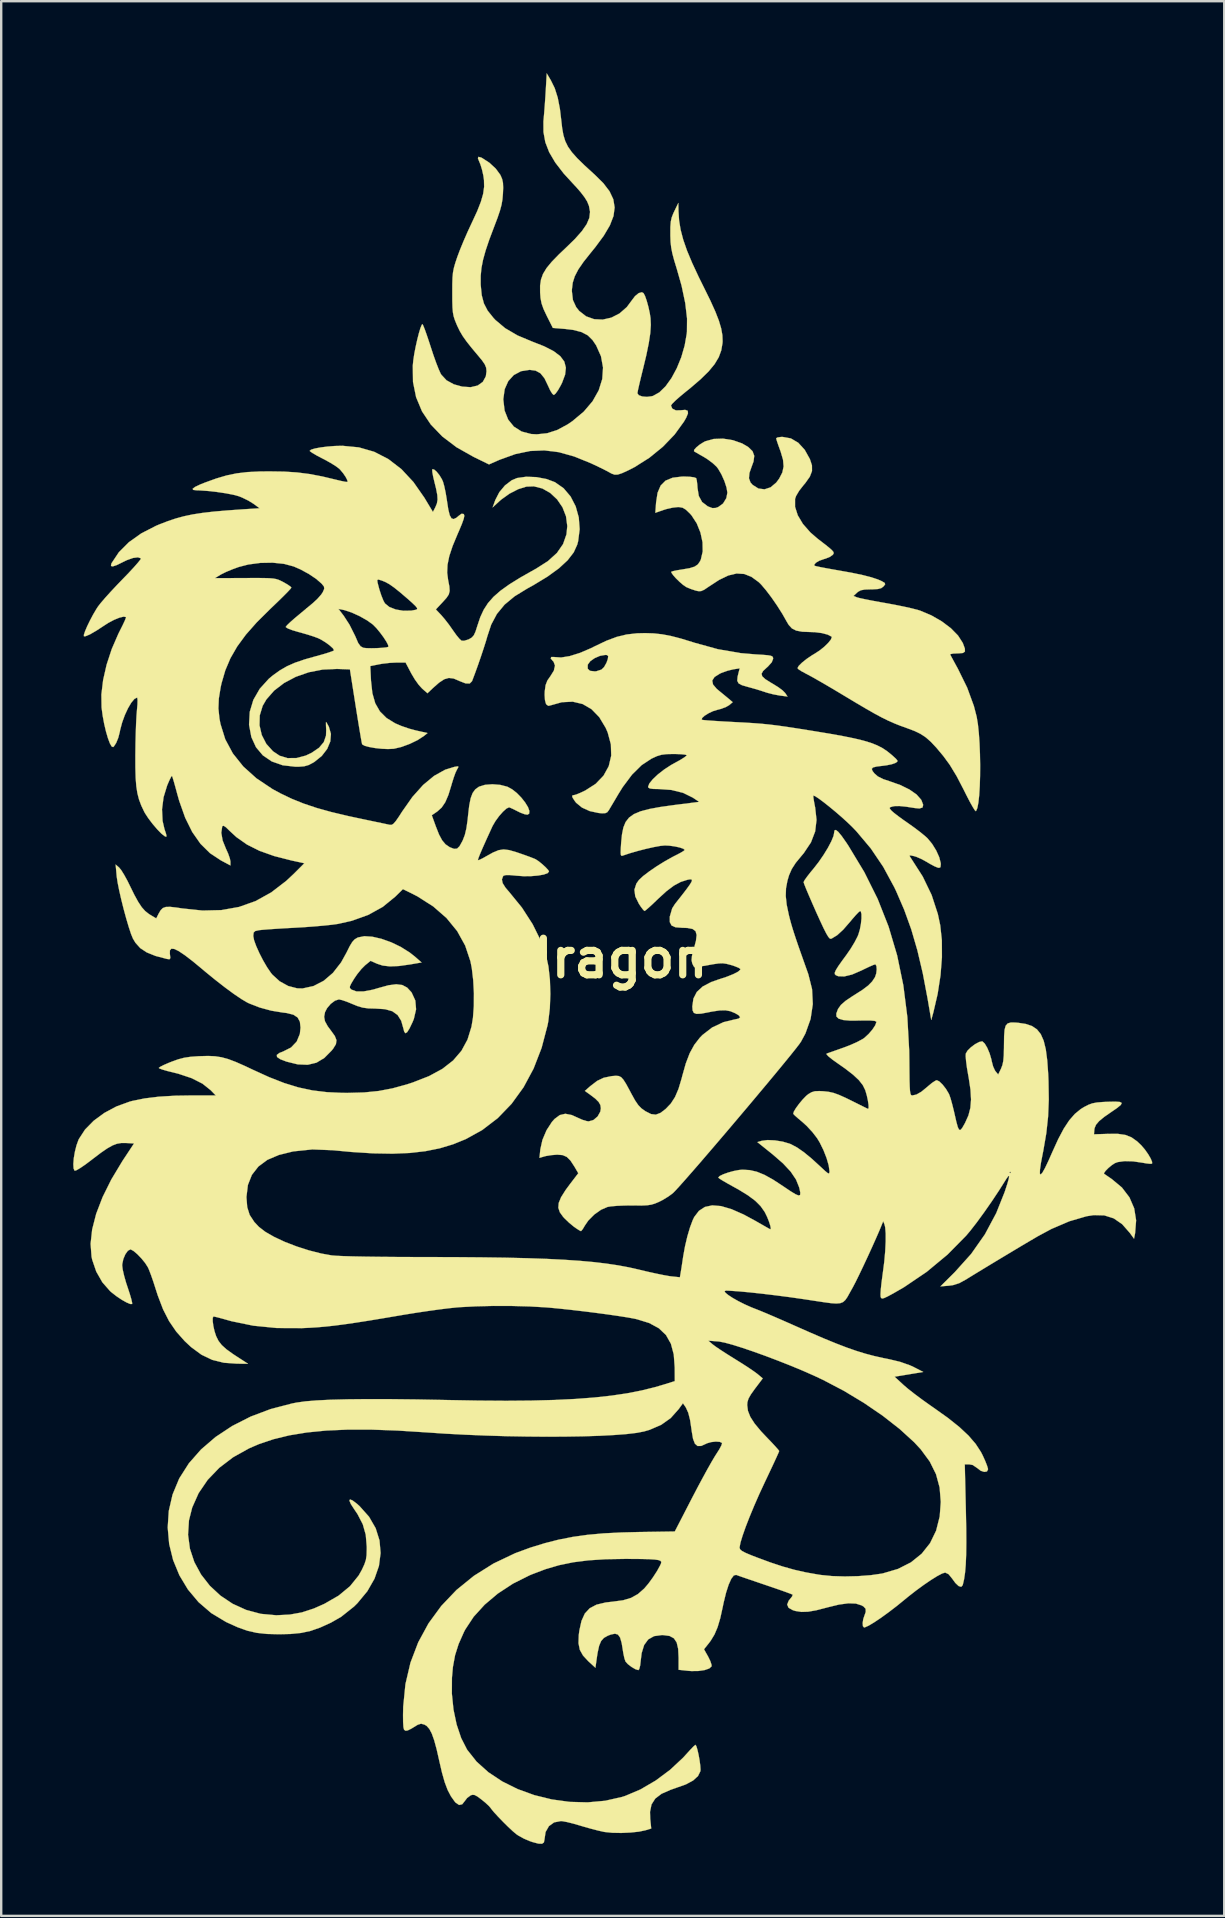
<source format=kicad_pcb>
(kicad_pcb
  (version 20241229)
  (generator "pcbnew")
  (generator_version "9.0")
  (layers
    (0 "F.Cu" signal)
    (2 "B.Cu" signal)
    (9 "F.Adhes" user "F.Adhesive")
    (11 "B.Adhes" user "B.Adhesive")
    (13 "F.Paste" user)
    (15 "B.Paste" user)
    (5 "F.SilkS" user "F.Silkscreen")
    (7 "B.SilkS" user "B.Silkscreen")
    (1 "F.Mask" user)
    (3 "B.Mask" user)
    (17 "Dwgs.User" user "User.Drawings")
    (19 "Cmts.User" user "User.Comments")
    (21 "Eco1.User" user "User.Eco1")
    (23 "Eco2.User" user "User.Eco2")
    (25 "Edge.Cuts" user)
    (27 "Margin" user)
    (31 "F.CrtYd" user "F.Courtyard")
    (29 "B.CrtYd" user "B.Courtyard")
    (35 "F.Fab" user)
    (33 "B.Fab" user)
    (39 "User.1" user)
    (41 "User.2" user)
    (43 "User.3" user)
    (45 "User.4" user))
  (footprint "dragon"
    (layer "F.Cu")
    (at 22.487 36.867)
    (property "Reference" "dragon" (at 0 0 0) (layer "F.SilkS") (effects (font (size 1.524 1.524) (thickness 0.3))))
    (attr through_hole)
    (fp_poly (pts (xy 7.406 -21.655) (xy 7.715 -21.474) (xy 7.984 -21.18) (xy 8.2 -20.793) (xy 8.286 -20.531) (xy 8.288 -20.297) (xy 8.198 -20.062) (xy 8.01 -19.796) (xy 7.936 -19.709) (xy 7.752 -19.473) (xy 7.625 -19.258) (xy 7.582 -19.134) (xy 7.582 -18.805) (xy 7.695 -18.451) (xy 7.91 -18.09) (xy 8.221 -17.737) (xy 8.522 -17.477) (xy 8.805 -17.259) (xy 9 -17.104) (xy 9.12 -16.997) (xy 9.18 -16.925) (xy 9.192 -16.873) (xy 9.169 -16.827) (xy 9.149 -16.802) (xy 9.036 -16.722) (xy 8.856 -16.648) (xy 8.788 -16.629) (xy 8.595 -16.561) (xy 8.451 -16.477) (xy 8.382 -16.395) (xy 8.393 -16.351) (xy 8.462 -16.331) (xy 8.635 -16.294) (xy 8.887 -16.246) (xy 9.198 -16.19) (xy 9.37 -16.16) (xy 9.941 -16.058) (xy 10.399 -15.962) (xy 10.758 -15.87) (xy 11.032 -15.779) (xy 11.197 -15.706) (xy 11.316 -15.636) (xy 11.335 -15.577) (xy 11.267 -15.489) (xy 11.175 -15.419) (xy 11.037 -15.381) (xy 10.819 -15.368) (xy 10.734 -15.367) (xy 10.484 -15.359) (xy 10.321 -15.328) (xy 10.205 -15.265) (xy 10.163 -15.229) (xy 10.015 -15.091) (xy 10.167 -15.032) (xy 10.279 -15.002) (xy 10.492 -14.956) (xy 10.78 -14.899) (xy 11.121 -14.836) (xy 11.367 -14.793) (xy 11.751 -14.722) (xy 12.122 -14.647) (xy 12.449 -14.573) (xy 12.7 -14.509) (xy 12.795 -14.479) (xy 13.262 -14.282) (xy 13.695 -14.032) (xy 14.072 -13.748) (xy 14.369 -13.445) (xy 14.565 -13.141) (xy 14.579 -13.108) (xy 14.656 -12.897) (xy 14.658 -12.774) (xy 14.573 -12.716) (xy 14.386 -12.7) (xy 14.346 -12.7) (xy 14.168 -12.692) (xy 14.06 -12.67) (xy 14.044 -12.652) (xy 14.082 -12.579) (xy 14.167 -12.422) (xy 14.284 -12.207) (xy 14.362 -12.065) (xy 14.752 -11.271) (xy 15.031 -10.508) (xy 15.147 -10.059) (xy 15.198 -9.752) (xy 15.237 -9.378) (xy 15.266 -8.957) (xy 15.284 -8.507) (xy 15.292 -8.047) (xy 15.289 -7.596) (xy 15.276 -7.173) (xy 15.253 -6.796) (xy 15.219 -6.486) (xy 15.176 -6.26) (xy 15.124 -6.138) (xy 15.111 -6.126) (xy 15.067 -6.169) (xy 14.979 -6.309) (xy 14.858 -6.526) (xy 14.715 -6.803) (xy 14.617 -7) (xy 14.316 -7.58) (xy 14.028 -8.055) (xy 13.766 -8.414) (xy 13.482 -8.755) (xy 13.244 -9.011) (xy 13.026 -9.203) (xy 12.802 -9.35) (xy 12.547 -9.472) (xy 12.257 -9.581) (xy 11.976 -9.682) (xy 11.72 -9.784) (xy 11.468 -9.895) (xy 11.202 -10.026) (xy 10.903 -10.186) (xy 10.553 -10.386) (xy 10.131 -10.634) (xy 9.652 -10.922) (xy 9.27 -11.151) (xy 8.903 -11.368) (xy 8.57 -11.56) (xy 8.294 -11.717) (xy 8.097 -11.824) (xy 8.048 -11.849) (xy 7.86 -11.95) (xy 7.728 -12.035) (xy 7.684 -12.085) (xy 7.734 -12.178) (xy 7.869 -12.312) (xy 8.063 -12.468) (xy 8.291 -12.622) (xy 8.402 -12.688) (xy 8.606 -12.821) (xy 8.801 -12.978) (xy 8.964 -13.137) (xy 9.075 -13.277) (xy 9.112 -13.375) (xy 9.101 -13.398) (xy 8.945 -13.48) (xy 8.701 -13.545) (xy 8.408 -13.583) (xy 8.23 -13.589) (xy 7.882 -13.602) (xy 7.632 -13.648) (xy 7.452 -13.739) (xy 7.317 -13.886) (xy 7.239 -14.016) (xy 7.056 -14.34) (xy 6.837 -14.686) (xy 6.603 -15.025) (xy 6.373 -15.329) (xy 6.17 -15.567) (xy 6.067 -15.669) (xy 5.766 -15.888) (xy 5.465 -16.008) (xy 5.149 -16.028) (xy 4.804 -15.946) (xy 4.417 -15.76) (xy 3.979 -15.474) (xy 3.797 -15.351) (xy 3.67 -15.295) (xy 3.553 -15.291) (xy 3.439 -15.317) (xy 3.236 -15.384) (xy 3.057 -15.459) (xy 3.048 -15.464) (xy 2.921 -15.55) (xy 2.769 -15.681) (xy 2.619 -15.828) (xy 2.497 -15.966) (xy 2.429 -16.067) (xy 2.426 -16.1) (xy 2.504 -16.127) (xy 2.67 -16.162) (xy 2.888 -16.197) (xy 3.192 -16.249) (xy 3.398 -16.314) (xy 3.534 -16.407) (xy 3.626 -16.542) (xy 3.657 -16.608) (xy 3.735 -16.943) (xy 3.728 -17.328) (xy 3.642 -17.73) (xy 3.487 -18.115) (xy 3.27 -18.448) (xy 3.202 -18.525) (xy 3.036 -18.684) (xy 2.902 -18.766) (xy 2.757 -18.793) (xy 2.694 -18.794) (xy 2.487 -18.771) (xy 2.236 -18.715) (xy 2.103 -18.674) (xy 1.762 -18.556) (xy 1.793 -18.988) (xy 1.855 -19.391) (xy 1.983 -19.69) (xy 2.188 -19.896) (xy 2.481 -20.017) (xy 2.871 -20.065) (xy 2.965 -20.066) (xy 3.196 -20.057) (xy 3.374 -20.034) (xy 3.461 -20.001) (xy 3.463 -19.999) (xy 3.489 -19.901) (xy 3.51 -19.723) (xy 3.518 -19.594) (xy 3.572 -19.256) (xy 3.709 -19.006) (xy 3.938 -18.83) (xy 3.967 -18.816) (xy 4.136 -18.752) (xy 4.274 -18.758) (xy 4.38 -18.795) (xy 4.582 -18.942) (xy 4.719 -19.166) (xy 4.763 -19.394) (xy 4.728 -19.607) (xy 4.64 -19.877) (xy 4.516 -20.154) (xy 4.377 -20.392) (xy 4.309 -20.479) (xy 4.149 -20.627) (xy 3.931 -20.789) (xy 3.76 -20.895) (xy 3.571 -21.002) (xy 3.43 -21.084) (xy 3.371 -21.121) (xy 3.382 -21.184) (xy 3.474 -21.286) (xy 3.618 -21.402) (xy 3.786 -21.506) (xy 3.842 -21.534) (xy 4.185 -21.631) (xy 4.582 -21.645) (xy 4.992 -21.581) (xy 5.376 -21.446) (xy 5.635 -21.293) (xy 5.811 -21.121) (xy 5.882 -20.929) (xy 5.852 -20.692) (xy 5.786 -20.513) (xy 5.682 -20.218) (xy 5.661 -19.996) (xy 5.725 -19.82) (xy 5.812 -19.721) (xy 6.055 -19.567) (xy 6.311 -19.534) (xy 6.564 -19.618) (xy 6.799 -19.816) (xy 6.921 -19.98) (xy 7.052 -20.235) (xy 7.105 -20.486) (xy 7.081 -20.766) (xy 6.981 -21.109) (xy 6.953 -21.183) (xy 6.875 -21.4) (xy 6.818 -21.57) (xy 6.795 -21.659) (xy 6.795 -21.661) (xy 6.851 -21.695) (xy 6.993 -21.715) (xy 7.064 -21.717) (xy 7.406 -21.655)) (stroke (width 0.01) (type solid)) (fill yes) (layer "F.SilkS"))
    (fp_poly (pts (xy -2.593 -36.576) (xy -2.429 -36.243) (xy -2.305 -35.852) (xy -2.213 -35.378) (xy -2.16 -34.932) (xy -2.12 -34.581) (xy -2.068 -34.29) (xy -1.991 -34.038) (xy -1.877 -33.806) (xy -1.713 -33.574) (xy -1.489 -33.323) (xy -1.192 -33.033) (xy -0.811 -32.684) (xy -0.763 -32.641) (xy -0.404 -32.286) (xy -0.146 -31.948) (xy 0.011 -31.615) (xy 0.066 -31.276) (xy 0.019 -30.918) (xy -0.132 -30.529) (xy -0.387 -30.097) (xy -0.746 -29.612) (xy -0.925 -29.392) (xy -1.229 -29.01) (xy -1.449 -28.69) (xy -1.595 -28.407) (xy -1.68 -28.14) (xy -1.713 -27.865) (xy -1.714 -27.778) (xy -1.672 -27.419) (xy -1.536 -27.123) (xy -1.409 -26.964) (xy -1.12 -26.739) (xy -0.787 -26.621) (xy -0.431 -26.604) (xy -0.072 -26.685) (xy 0.27 -26.86) (xy 0.573 -27.125) (xy 0.761 -27.377) (xy 0.914 -27.58) (xy 1.067 -27.706) (xy 1.2 -27.743) (xy 1.269 -27.708) (xy 1.331 -27.592) (xy 1.402 -27.389) (xy 1.472 -27.136) (xy 1.53 -26.87) (xy 1.561 -26.668) (xy 1.574 -26.382) (xy 1.551 -26.039) (xy 1.488 -25.623) (xy 1.385 -25.119) (xy 1.239 -24.512) (xy 1.236 -24.501) (xy 1.157 -24.18) (xy 1.09 -23.898) (xy 1.041 -23.68) (xy 1.018 -23.553) (xy 1.016 -23.535) (xy 1.072 -23.454) (xy 1.216 -23.402) (xy 1.408 -23.385) (xy 1.613 -23.411) (xy 1.667 -23.426) (xy 1.93 -23.573) (xy 2.189 -23.826) (xy 2.434 -24.167) (xy 2.655 -24.577) (xy 2.842 -25.035) (xy 2.983 -25.522) (xy 3.07 -26.018) (xy 3.078 -26.099) (xy 3.083 -26.649) (xy 3.008 -27.29) (xy 2.855 -28.016) (xy 2.66 -28.702) (xy 2.547 -29.073) (xy 2.47 -29.362) (xy 2.423 -29.603) (xy 2.397 -29.835) (xy 2.387 -30.092) (xy 2.387 -30.163) (xy 2.388 -30.465) (xy 2.405 -30.683) (xy 2.443 -30.857) (xy 2.511 -31.03) (xy 2.551 -31.115) (xy 2.72 -31.464) (xy 2.726 -31.115) (xy 2.751 -30.736) (xy 2.814 -30.349) (xy 2.922 -29.936) (xy 3.08 -29.481) (xy 3.295 -28.966) (xy 3.571 -28.374) (xy 3.786 -27.94) (xy 4.054 -27.395) (xy 4.26 -26.94) (xy 4.408 -26.56) (xy 4.504 -26.238) (xy 4.554 -25.958) (xy 4.564 -25.702) (xy 4.559 -25.622) (xy 4.508 -25.322) (xy 4.402 -25.035) (xy 4.23 -24.748) (xy 3.981 -24.446) (xy 3.645 -24.117) (xy 3.212 -23.745) (xy 3.032 -23.601) (xy 2.796 -23.406) (xy 2.601 -23.234) (xy 2.467 -23.101) (xy 2.413 -23.026) (xy 2.413 -23.024) (xy 2.468 -22.895) (xy 2.613 -22.825) (xy 2.805 -22.826) (xy 3.005 -22.844) (xy 3.11 -22.806) (xy 3.122 -22.699) (xy 3.046 -22.514) (xy 2.952 -22.351) (xy 2.564 -21.816) (xy 2.075 -21.307) (xy 1.511 -20.847) (xy 0.898 -20.46) (xy 0.624 -20.32) (xy 0.374 -20.206) (xy 0.2 -20.149) (xy 0.067 -20.144) (xy -0.059 -20.188) (xy -0.159 -20.243) (xy -0.3 -20.319) (xy -0.52 -20.429) (xy -0.782 -20.554) (xy -0.925 -20.621) (xy -1.617 -20.902) (xy -2.257 -21.081) (xy -2.865 -21.156) (xy -3.462 -21.13) (xy -4.07 -21.002) (xy -4.708 -20.772) (xy -4.819 -20.725) (xy -5.166 -20.571) (xy -5.808 -20.885) (xy -6.517 -21.284) (xy -7.112 -21.735) (xy -7.592 -22.234) (xy -7.957 -22.78) (xy -8.204 -23.371) (xy -8.333 -24.006) (xy -8.342 -24.683) (xy -8.32 -24.91) (xy -8.279 -25.182) (xy -8.221 -25.479) (xy -8.155 -25.774) (xy -8.087 -26.041) (xy -8.023 -26.253) (xy -7.969 -26.385) (xy -7.941 -26.416) (xy -7.908 -26.359) (xy -7.844 -26.201) (xy -7.759 -25.962) (xy -7.659 -25.664) (xy -7.596 -25.469) (xy -7.482 -25.124) (xy -7.369 -24.806) (xy -7.266 -24.543) (xy -7.185 -24.362) (xy -7.157 -24.313) (xy -6.935 -24.074) (xy -6.633 -23.908) (xy -6.285 -23.812) (xy -5.93 -23.788) (xy -5.639 -23.857) (xy -5.425 -24.01) (xy -5.299 -24.24) (xy -5.271 -24.453) (xy -5.285 -24.598) (xy -5.342 -24.738) (xy -5.458 -24.907) (xy -5.604 -25.084) (xy -5.887 -25.421) (xy -6.1 -25.69) (xy -6.261 -25.917) (xy -6.385 -26.127) (xy -6.49 -26.344) (xy -6.521 -26.416) (xy -6.592 -26.591) (xy -6.641 -26.745) (xy -6.671 -26.909) (xy -6.688 -27.112) (xy -6.696 -27.385) (xy -6.697 -27.718) (xy -6.696 -28.081) (xy -6.687 -28.353) (xy -6.667 -28.567) (xy -6.63 -28.758) (xy -6.572 -28.963) (xy -6.489 -29.21) (xy -6.38 -29.501) (xy -6.232 -29.862) (xy -6.063 -30.249) (xy -5.892 -30.618) (xy -5.874 -30.655) (xy -5.657 -31.125) (xy -5.505 -31.513) (xy -5.411 -31.841) (xy -5.37 -32.134) (xy -5.376 -32.415) (xy -5.402 -32.602) (xy -5.456 -32.843) (xy -5.522 -33.06) (xy -5.566 -33.166) (xy -5.629 -33.321) (xy -5.608 -33.384) (xy -5.498 -33.357) (xy -5.451 -33.333) (xy -5.15 -33.137) (xy -4.886 -32.893) (xy -4.7 -32.64) (xy -4.689 -32.62) (xy -4.621 -32.462) (xy -4.585 -32.3) (xy -4.577 -32.091) (xy -4.587 -31.849) (xy -4.607 -31.611) (xy -4.645 -31.388) (xy -4.71 -31.145) (xy -4.809 -30.852) (xy -4.95 -30.48) (xy -5.155 -29.937) (xy -5.308 -29.483) (xy -5.415 -29.097) (xy -5.482 -28.753) (xy -5.513 -28.428) (xy -5.514 -28.1) (xy -5.512 -28.041) (xy -5.47 -27.618) (xy -5.38 -27.278) (xy -5.224 -26.977) (xy -4.983 -26.676) (xy -4.899 -26.586) (xy -4.495 -26.246) (xy -3.979 -25.944) (xy -3.383 -25.694) (xy -2.87 -25.492) (xy -2.477 -25.291) (xy -2.199 -25.081) (xy -2.03 -24.854) (xy -1.965 -24.6) (xy -1.997 -24.312) (xy -2.121 -23.979) (xy -2.177 -23.866) (xy -2.29 -23.667) (xy -2.393 -23.524) (xy -2.465 -23.464) (xy -2.468 -23.463) (xy -2.533 -23.518) (xy -2.62 -23.66) (xy -2.705 -23.844) (xy -2.857 -24.16) (xy -3.023 -24.366) (xy -3.223 -24.477) (xy -3.474 -24.511) (xy -3.475 -24.511) (xy -3.835 -24.454) (xy -4.136 -24.293) (xy -4.366 -24.039) (xy -4.514 -23.705) (xy -4.57 -23.302) (xy -4.571 -23.269) (xy -4.518 -22.816) (xy -4.369 -22.439) (xy -4.13 -22.145) (xy -3.809 -21.942) (xy -3.413 -21.838) (xy -3.175 -21.825) (xy -2.746 -21.87) (xy -2.33 -22.003) (xy -1.9 -22.234) (xy -1.692 -22.375) (xy -1.22 -22.77) (xy -0.853 -23.202) (xy -0.596 -23.659) (xy -0.449 -24.13) (xy -0.417 -24.606) (xy -0.502 -25.076) (xy -0.705 -25.531) (xy -0.856 -25.753) (xy -1.053 -25.948) (xy -1.314 -26.085) (xy -1.66 -26.174) (xy -1.987 -26.214) (xy -2.508 -26.257) (xy -2.762 -26.761) (xy -2.896 -27.046) (xy -2.977 -27.276) (xy -3.021 -27.504) (xy -3.038 -27.73) (xy -3.039 -28.018) (xy -3.002 -28.27) (xy -2.917 -28.507) (xy -2.772 -28.747) (xy -2.556 -29.01) (xy -2.258 -29.317) (xy -1.988 -29.573) (xy -1.592 -29.958) (xy -1.298 -30.289) (xy -1.099 -30.578) (xy -0.987 -30.841) (xy -0.958 -31.091) (xy -1.003 -31.34) (xy -1.08 -31.528) (xy -1.185 -31.697) (xy -1.351 -31.914) (xy -1.547 -32.139) (xy -1.605 -32.199) (xy -2.06 -32.695) (xy -2.409 -33.149) (xy -2.66 -33.576) (xy -2.821 -33.993) (xy -2.898 -34.415) (xy -2.9 -34.859) (xy -2.892 -34.948) (xy -2.869 -35.207) (xy -2.843 -35.543) (xy -2.818 -35.904) (xy -2.804 -36.132) (xy -2.762 -36.862) (xy -2.593 -36.576)) (stroke (width 0.01) (type solid)) (fill yes) (layer "F.SilkS"))
    (fp_poly (pts (xy 1.695 -13.533) (xy 2.045 -13.494) (xy 2.415 -13.424) (xy 2.835 -13.315) (xy 3.336 -13.161) (xy 3.405 -13.139) (xy 4.371 -12.873) (xy 5.321 -12.71) (xy 5.921 -12.659) (xy 6.239 -12.64) (xy 6.45 -12.622) (xy 6.578 -12.599) (xy 6.642 -12.567) (xy 6.665 -12.52) (xy 6.668 -12.473) (xy 6.611 -12.329) (xy 6.452 -12.152) (xy 6.398 -12.104) (xy 6.25 -11.966) (xy 6.186 -11.852) (xy 6.214 -11.745) (xy 6.341 -11.627) (xy 6.574 -11.48) (xy 6.67 -11.424) (xy 6.885 -11.29) (xy 7.064 -11.156) (xy 7.169 -11.05) (xy 7.17 -11.049) (xy 7.268 -10.902) (xy 6.939 -10.945) (xy 6.68 -10.993) (xy 6.42 -11.06) (xy 6.337 -11.087) (xy 6.13 -11.155) (xy 5.862 -11.235) (xy 5.62 -11.302) (xy 5.371 -11.374) (xy 5.229 -11.451) (xy 5.174 -11.559) (xy 5.188 -11.728) (xy 5.229 -11.896) (xy 5.276 -12.077) (xy 5.003 -12.034) (xy 4.772 -11.978) (xy 4.52 -11.888) (xy 4.445 -11.854) (xy 4.226 -11.715) (xy 4.132 -11.567) (xy 4.164 -11.405) (xy 4.319 -11.221) (xy 4.384 -11.167) (xy 4.573 -11.012) (xy 4.751 -10.865) (xy 4.816 -10.811) (xy 4.985 -10.668) (xy 4.84 -10.545) (xy 4.694 -10.461) (xy 4.482 -10.384) (xy 4.353 -10.351) (xy 4.164 -10.293) (xy 3.974 -10.203) (xy 3.813 -10.102) (xy 3.71 -10.008) (xy 3.694 -9.938) (xy 3.697 -9.934) (xy 3.766 -9.923) (xy 3.943 -9.907) (xy 4.209 -9.888) (xy 4.544 -9.867) (xy 4.929 -9.846) (xy 5.054 -9.839) (xy 5.482 -9.817) (xy 5.848 -9.794) (xy 6.178 -9.769) (xy 6.496 -9.737) (xy 6.83 -9.697) (xy 7.204 -9.645) (xy 7.644 -9.578) (xy 8.176 -9.493) (xy 8.35 -9.465) (xy 9.022 -9.354) (xy 9.582 -9.253) (xy 10.045 -9.159) (xy 10.426 -9.067) (xy 10.738 -8.973) (xy 10.997 -8.871) (xy 11.217 -8.758) (xy 11.412 -8.629) (xy 11.598 -8.479) (xy 11.628 -8.453) (xy 11.779 -8.316) (xy 11.847 -8.236) (xy 11.84 -8.186) (xy 11.771 -8.141) (xy 11.755 -8.132) (xy 11.611 -8.082) (xy 11.396 -8.038) (xy 11.25 -8.019) (xy 10.983 -7.987) (xy 10.83 -7.948) (xy 10.777 -7.889) (xy 10.809 -7.8) (xy 10.882 -7.705) (xy 11.032 -7.573) (xy 11.254 -7.462) (xy 11.506 -7.378) (xy 11.963 -7.217) (xy 12.348 -7.028) (xy 12.643 -6.822) (xy 12.831 -6.609) (xy 12.848 -6.578) (xy 12.919 -6.39) (xy 12.891 -6.279) (xy 12.761 -6.239) (xy 12.573 -6.257) (xy 12.203 -6.314) (xy 11.933 -6.341) (xy 11.741 -6.339) (xy 11.649 -6.323) (xy 11.532 -6.286) (xy 11.526 -6.236) (xy 11.597 -6.149) (xy 11.698 -6.06) (xy 11.877 -5.921) (xy 12.105 -5.755) (xy 12.286 -5.629) (xy 12.552 -5.439) (xy 12.807 -5.246) (xy 13.013 -5.076) (xy 13.101 -4.995) (xy 13.292 -4.764) (xy 13.462 -4.488) (xy 13.588 -4.208) (xy 13.649 -3.966) (xy 13.652 -3.917) (xy 13.639 -3.793) (xy 13.578 -3.765) (xy 13.51 -3.781) (xy 13.376 -3.838) (xy 13.188 -3.94) (xy 13.065 -4.014) (xy 12.849 -4.133) (xy 12.633 -4.226) (xy 12.537 -4.255) (xy 12.391 -4.285) (xy 12.349 -4.271) (xy 12.388 -4.2) (xy 12.41 -4.169) (xy 12.9 -3.404) (xy 13.271 -2.635) (xy 13.529 -1.845) (xy 13.629 -1.375) (xy 13.697 -0.748) (xy 13.7 -0.043) (xy 13.641 0.712) (xy 13.521 1.488) (xy 13.343 2.254) (xy 13.334 2.286) (xy 13.255 2.572) (xy 13.103 1.683) (xy 12.902 0.624) (xy 12.677 -0.331) (xy 12.422 -1.205) (xy 12.128 -2.02) (xy 11.791 -2.799) (xy 11.718 -2.953) (xy 11.254 -3.81) (xy 10.737 -4.575) (xy 10.145 -5.279) (xy 9.97 -5.462) (xy 9.765 -5.66) (xy 9.525 -5.878) (xy 9.266 -6.102) (xy 9.008 -6.315) (xy 8.768 -6.505) (xy 8.566 -6.655) (xy 8.419 -6.751) (xy 8.345 -6.778) (xy 8.343 -6.777) (xy 8.344 -6.708) (xy 8.368 -6.548) (xy 8.409 -6.328) (xy 8.419 -6.283) (xy 8.476 -5.763) (xy 8.419 -5.282) (xy 8.244 -4.826) (xy 7.946 -4.38) (xy 7.847 -4.262) (xy 7.608 -3.972) (xy 7.444 -3.717) (xy 7.33 -3.454) (xy 7.264 -3.23) (xy 7.205 -2.916) (xy 7.194 -2.593) (xy 7.233 -2.232) (xy 7.324 -1.798) (xy 7.367 -1.628) (xy 7.415 -1.45) (xy 7.469 -1.267) (xy 7.534 -1.06) (xy 7.615 -0.814) (xy 7.719 -0.509) (xy 7.852 -0.131) (xy 8.019 0.34) (xy 8.135 0.667) (xy 8.29 1.286) (xy 8.321 1.911) (xy 8.229 2.529) (xy 8.014 3.132) (xy 7.828 3.477) (xy 7.746 3.593) (xy 7.589 3.795) (xy 7.368 4.071) (xy 7.09 4.411) (xy 6.767 4.803) (xy 6.406 5.237) (xy 6.016 5.703) (xy 5.608 6.189) (xy 5.189 6.685) (xy 4.77 7.179) (xy 4.359 7.661) (xy 3.965 8.121) (xy 3.599 8.547) (xy 3.267 8.928) (xy 2.981 9.254) (xy 2.749 9.514) (xy 2.58 9.697) (xy 2.489 9.788) (xy 2.296 9.93) (xy 2.054 10.076) (xy 1.91 10.149) (xy 1.746 10.218) (xy 1.596 10.263) (xy 1.427 10.289) (xy 1.205 10.3) (xy 0.897 10.299) (xy 0.807 10.298) (xy 0.479 10.3) (xy 0.168 10.313) (xy -0.086 10.335) (xy -0.227 10.358) (xy -0.501 10.476) (xy -0.783 10.676) (xy -1.03 10.925) (xy -1.176 11.138) (xy -1.261 11.281) (xy -1.326 11.36) (xy -1.338 11.367) (xy -1.409 11.332) (xy -1.543 11.245) (xy -1.626 11.187) (xy -1.83 11.019) (xy -2.032 10.824) (xy -2.08 10.772) (xy -2.216 10.583) (xy -2.279 10.396) (xy -2.263 10.192) (xy -2.165 9.954) (xy -1.98 9.66) (xy -1.799 9.414) (xy -1.448 8.955) (xy -1.606 8.684) (xy -1.772 8.43) (xy -1.926 8.276) (xy -2.098 8.2) (xy -2.318 8.182) (xy -2.332 8.182) (xy -2.569 8.201) (xy -2.793 8.238) (xy -2.85 8.252) (xy -3.065 8.315) (xy -3.029 7.96) (xy -2.941 7.566) (xy -2.772 7.167) (xy -2.546 6.818) (xy -2.436 6.694) (xy -2.219 6.533) (xy -1.987 6.478) (xy -1.719 6.531) (xy -1.486 6.636) (xy -1.281 6.728) (xy -1.091 6.785) (xy -1.015 6.795) (xy -0.815 6.737) (xy -0.642 6.59) (xy -0.531 6.391) (xy -0.508 6.252) (xy -0.528 6.114) (xy -0.6 5.986) (xy -0.743 5.844) (xy -0.976 5.667) (xy -1.019 5.637) (xy -1.175 5.527) (xy -0.953 5.331) (xy -0.666 5.11) (xy -0.389 4.978) (xy -0.071 4.912) (xy -0.039 4.908) (xy 0.119 4.896) (xy 0.239 4.906) (xy 0.338 4.955) (xy 0.434 5.061) (xy 0.546 5.239) (xy 0.691 5.506) (xy 0.763 5.643) (xy 0.918 5.922) (xy 1.049 6.115) (xy 1.181 6.252) (xy 1.339 6.366) (xy 1.348 6.372) (xy 1.584 6.491) (xy 1.782 6.515) (xy 1.978 6.441) (xy 2.192 6.277) (xy 2.407 6.052) (xy 2.581 5.783) (xy 2.727 5.442) (xy 2.858 5.004) (xy 2.882 4.908) (xy 3.031 4.38) (xy 3.194 3.954) (xy 3.386 3.604) (xy 3.617 3.307) (xy 3.723 3.197) (xy 4.131 2.882) (xy 4.606 2.66) (xy 5.034 2.556) (xy 5.228 2.515) (xy 5.296 2.458) (xy 5.239 2.38) (xy 5.085 2.288) (xy 4.887 2.206) (xy 4.681 2.168) (xy 4.436 2.174) (xy 4.117 2.222) (xy 3.958 2.254) (xy 3.666 2.308) (xy 3.475 2.317) (xy 3.365 2.275) (xy 3.314 2.173) (xy 3.302 2.009) (xy 3.348 1.679) (xy 3.489 1.404) (xy 3.734 1.177) (xy 4.09 0.99) (xy 4.41 0.878) (xy 4.743 0.769) (xy 5.013 0.66) (xy 5.204 0.562) (xy 5.298 0.481) (xy 5.301 0.443) (xy 5.224 0.394) (xy 5.063 0.329) (xy 4.91 0.28) (xy 4.727 0.232) (xy 4.573 0.21) (xy 4.405 0.215) (xy 4.181 0.247) (xy 4 0.279) (xy 3.747 0.324) (xy 3.545 0.359) (xy 3.423 0.379) (xy 3.402 0.381) (xy 3.354 0.329) (xy 3.298 0.211) (xy 3.271 0.078) (xy 3.287 -0.095) (xy 3.35 -0.344) (xy 3.363 -0.386) (xy 3.454 -0.727) (xy 3.482 -0.969) (xy 3.438 -1.128) (xy 3.312 -1.221) (xy 3.096 -1.262) (xy 2.866 -1.27) (xy 2.599 -1.291) (xy 2.437 -1.365) (xy 2.364 -1.506) (xy 2.363 -1.731) (xy 2.364 -1.736) (xy 2.464 -2.079) (xy 2.58 -2.261) (xy 2.858 -2.613) (xy 3.062 -2.878) (xy 3.198 -3.067) (xy 3.272 -3.19) (xy 3.288 -3.26) (xy 3.254 -3.287) (xy 3.175 -3.283) (xy 3.096 -3.268) (xy 2.817 -3.179) (xy 2.535 -3.027) (xy 2.229 -2.797) (xy 1.876 -2.475) (xy 1.869 -2.468) (xy 1.661 -2.268) (xy 1.485 -2.107) (xy 1.361 -2.001) (xy 1.312 -1.968) (xy 1.256 -2.018) (xy 1.159 -2.145) (xy 1.078 -2.267) (xy 0.925 -2.579) (xy 0.89 -2.857) (xy 0.973 -3.113) (xy 1.082 -3.264) (xy 1.252 -3.423) (xy 1.508 -3.618) (xy 1.819 -3.831) (xy 2.158 -4.041) (xy 2.495 -4.229) (xy 2.625 -4.295) (xy 2.811 -4.392) (xy 2.941 -4.471) (xy 2.985 -4.512) (xy 2.927 -4.562) (xy 2.777 -4.614) (xy 2.571 -4.659) (xy 2.342 -4.69) (xy 2.161 -4.699) (xy 1.973 -4.681) (xy 1.699 -4.631) (xy 1.374 -4.558) (xy 1.031 -4.47) (xy 0.705 -4.376) (xy 0.43 -4.284) (xy 0.404 -4.274) (xy 0.354 -4.266) (xy 0.326 -4.302) (xy 0.317 -4.404) (xy 0.324 -4.594) (xy 0.338 -4.817) (xy 0.373 -5.162) (xy 0.43 -5.445) (xy 0.523 -5.674) (xy 0.665 -5.857) (xy 0.867 -6.003) (xy 1.143 -6.12) (xy 1.504 -6.216) (xy 1.964 -6.301) (xy 2.535 -6.381) (xy 2.699 -6.402) (xy 3.588 -6.514) (xy 3.325 -6.69) (xy 2.919 -6.89) (xy 2.429 -7.011) (xy 1.921 -7.048) (xy 1.676 -7.053) (xy 1.534 -7.072) (xy 1.47 -7.109) (xy 1.46 -7.146) (xy 1.513 -7.282) (xy 1.656 -7.458) (xy 1.868 -7.658) (xy 2.128 -7.861) (xy 2.415 -8.048) (xy 2.564 -8.131) (xy 2.791 -8.256) (xy 2.964 -8.364) (xy 3.059 -8.438) (xy 3.07 -8.461) (xy 2.997 -8.483) (xy 2.829 -8.5) (xy 2.598 -8.508) (xy 2.515 -8.509) (xy 2.228 -8.503) (xy 2.016 -8.476) (xy 1.827 -8.419) (xy 1.609 -8.319) (xy 1.599 -8.314) (xy 1.191 -8.045) (xy 0.792 -7.651) (xy 0.405 -7.134) (xy 0.227 -6.848) (xy 0.081 -6.6) (xy -0.051 -6.378) (xy -0.147 -6.216) (xy -0.176 -6.167) (xy -0.243 -6.08) (xy -0.331 -6.041) (xy -0.48 -6.04) (xy -0.602 -6.051) (xy -0.97 -6.13) (xy -1.294 -6.277) (xy -1.537 -6.476) (xy -1.582 -6.533) (xy -1.684 -6.687) (xy -1.707 -6.767) (xy -1.656 -6.793) (xy -1.629 -6.795) (xy -1.532 -6.821) (xy -1.36 -6.892) (xy -1.158 -6.987) (xy -0.723 -7.266) (xy -0.396 -7.607) (xy -0.179 -8.001) (xy -0.076 -8.438) (xy -0.09 -8.91) (xy -0.223 -9.405) (xy -0.308 -9.6) (xy -0.575 -10.044) (xy -0.896 -10.375) (xy -1.266 -10.59) (xy -1.679 -10.688) (xy -2.132 -10.666) (xy -2.555 -10.548) (xy -2.688 -10.514) (xy -2.765 -10.559) (xy -2.8 -10.615) (xy -2.836 -10.755) (xy -2.85 -10.969) (xy -2.845 -11.12) (xy -2.81 -11.376) (xy -2.736 -11.569) (xy -2.615 -11.742) (xy -2.465 -11.982) (xy -2.447 -12.062) (xy -1.056 -12.062) (xy -0.961 -11.973) (xy -0.76 -11.95) (xy -0.705 -11.953) (xy -0.483 -12.024) (xy -0.374 -12.129) (xy -0.274 -12.307) (xy -0.218 -12.462) (xy -0.202 -12.587) (xy -0.255 -12.631) (xy -0.326 -12.635) (xy -0.545 -12.597) (xy -0.766 -12.502) (xy -0.948 -12.375) (xy -1.049 -12.237) (xy -1.054 -12.221) (xy -1.056 -12.062) (xy -2.447 -12.062) (xy -2.418 -12.189) (xy -2.476 -12.35) (xy -2.508 -12.383) (xy -2.596 -12.488) (xy -2.574 -12.55) (xy -2.45 -12.548) (xy -2.445 -12.547) (xy -2.165 -12.528) (xy -1.806 -12.586) (xy -1.387 -12.717) (xy -0.924 -12.914) (xy -0.774 -12.989) (xy -0.281 -13.224) (xy 0.153 -13.387) (xy 0.567 -13.487) (xy 0.999 -13.536) (xy 1.333 -13.544) (xy 1.695 -13.533)) (stroke (width 0.01) (type solid)) (fill yes) (layer "F.SilkS"))
    (fp_poly (pts (xy -11.266 -21.346) (xy -10.587 -21.281) (xy -9.952 -21.098) (xy -9.363 -20.796) (xy -8.817 -20.376) (xy -8.315 -19.837) (xy -7.855 -19.178) (xy -7.832 -19.139) (xy -7.503 -18.592) (xy -7.403 -18.786) (xy -7.338 -18.941) (xy -7.31 -19.102) (xy -7.321 -19.299) (xy -7.372 -19.564) (xy -7.435 -19.819) (xy -7.492 -20.057) (xy -7.527 -20.247) (xy -7.534 -20.355) (xy -7.53 -20.368) (xy -7.459 -20.362) (xy -7.352 -20.272) (xy -7.234 -20.127) (xy -7.13 -19.955) (xy -7.083 -19.85) (xy -7.03 -19.661) (xy -6.974 -19.397) (xy -6.926 -19.109) (xy -6.918 -19.053) (xy -6.863 -18.696) (xy -6.804 -18.456) (xy -6.731 -18.326) (xy -6.639 -18.294) (xy -6.52 -18.352) (xy -6.433 -18.427) (xy -6.311 -18.516) (xy -6.227 -18.506) (xy -6.213 -18.494) (xy -6.195 -18.429) (xy -6.222 -18.3) (xy -6.296 -18.093) (xy -6.422 -17.792) (xy -6.475 -17.672) (xy -6.683 -17.172) (xy -6.822 -16.753) (xy -6.896 -16.39) (xy -6.91 -16.062) (xy -6.871 -15.761) (xy -6.819 -15.489) (xy -6.807 -15.301) (xy -6.842 -15.156) (xy -6.935 -15.015) (xy -7.088 -14.844) (xy -7.381 -14.531) (xy -7.16 -14.298) (xy -7.01 -14.123) (xy -6.831 -13.892) (xy -6.671 -13.664) (xy -6.53 -13.466) (xy -6.403 -13.311) (xy -6.315 -13.231) (xy -6.307 -13.227) (xy -6.19 -13.228) (xy -6.026 -13.279) (xy -5.998 -13.292) (xy -5.883 -13.36) (xy -5.8 -13.453) (xy -5.73 -13.604) (xy -5.653 -13.844) (xy -5.649 -13.856) (xy -5.531 -14.208) (xy -5.388 -14.517) (xy -5.209 -14.795) (xy -4.98 -15.055) (xy -4.688 -15.311) (xy -4.319 -15.575) (xy -3.861 -15.859) (xy -3.3 -16.177) (xy -3.21 -16.226) (xy -2.714 -16.542) (xy -2.338 -16.883) (xy -2.082 -17.253) (xy -1.94 -17.658) (xy -1.906 -18.002) (xy -1.959 -18.409) (xy -2.106 -18.786) (xy -2.331 -19.115) (xy -2.616 -19.382) (xy -2.943 -19.568) (xy -3.297 -19.658) (xy -3.608 -19.647) (xy -3.948 -19.541) (xy -4.311 -19.355) (xy -4.651 -19.112) (xy -4.736 -19.038) (xy -5.016 -18.78) (xy -4.905 -19.087) (xy -4.738 -19.413) (xy -4.501 -19.697) (xy -4.223 -19.909) (xy -4 -20.004) (xy -3.619 -20.058) (xy -3.191 -20.042) (xy -2.768 -19.962) (xy -2.42 -19.831) (xy -2.059 -19.578) (xy -1.769 -19.236) (xy -1.556 -18.823) (xy -1.428 -18.362) (xy -1.391 -17.871) (xy -1.454 -17.373) (xy -1.492 -17.229) (xy -1.639 -16.906) (xy -1.891 -16.58) (xy -2.253 -16.245) (xy -2.729 -15.899) (xy -3.324 -15.538) (xy -3.571 -15.402) (xy -4.1 -15.078) (xy -4.518 -14.731) (xy -4.838 -14.344) (xy -5.075 -13.899) (xy -5.235 -13.416) (xy -5.296 -13.205) (xy -5.39 -12.91) (xy -5.504 -12.566) (xy -5.628 -12.208) (xy -5.75 -11.87) (xy -5.857 -11.587) (xy -5.875 -11.541) (xy -5.968 -11.447) (xy -6.139 -11.448) (xy -6.389 -11.545) (xy -6.414 -11.557) (xy -6.642 -11.653) (xy -6.839 -11.677) (xy -7.031 -11.623) (xy -7.247 -11.481) (xy -7.501 -11.257) (xy -7.731 -11.039) (xy -7.953 -11.234) (xy -8.094 -11.389) (xy -8.254 -11.612) (xy -8.401 -11.858) (xy -8.409 -11.874) (xy -8.643 -12.319) (xy -9.01 -12.319) (xy -9.297 -12.305) (xy -9.608 -12.269) (xy -9.745 -12.245) (xy -10.112 -12.171) (xy -10.083 -11.563) (xy -10.026 -11.043) (xy -9.906 -10.622) (xy -9.712 -10.283) (xy -9.436 -10.008) (xy -9.075 -9.786) (xy -8.81 -9.673) (xy -8.492 -9.564) (xy -8.211 -9.489) (xy -7.728 -9.381) (xy -7.88 -9.258) (xy -8.14 -9.089) (xy -8.471 -8.929) (xy -8.819 -8.801) (xy -9.128 -8.728) (xy -9.149 -8.726) (xy -9.378 -8.715) (xy -9.645 -8.727) (xy -9.917 -8.757) (xy -10.162 -8.801) (xy -10.35 -8.852) (xy -10.447 -8.908) (xy -10.453 -8.917) (xy -10.471 -8.999) (xy -10.505 -9.189) (xy -10.552 -9.467) (xy -10.61 -9.816) (xy -10.675 -10.218) (xy -10.722 -10.514) (xy -10.961 -12.033) (xy -11.497 -12.052) (xy -12.093 -12.026) (xy -12.672 -11.914) (xy -13.214 -11.725) (xy -13.702 -11.467) (xy -14.117 -11.15) (xy -14.44 -10.782) (xy -14.595 -10.516) (xy -14.717 -10.116) (xy -14.727 -9.702) (xy -14.633 -9.299) (xy -14.444 -8.931) (xy -14.167 -8.623) (xy -13.886 -8.435) (xy -13.561 -8.337) (xy -13.19 -8.34) (xy -12.801 -8.442) (xy -12.557 -8.557) (xy -12.245 -8.77) (xy -12.049 -9.004) (xy -11.957 -9.274) (xy -11.949 -9.509) (xy -11.958 -9.695) (xy -11.959 -9.816) (xy -11.956 -9.843) (xy -11.92 -9.792) (xy -11.852 -9.669) (xy -11.837 -9.641) (xy -11.752 -9.346) (xy -11.778 -9.032) (xy -11.908 -8.72) (xy -12.132 -8.429) (xy -12.441 -8.179) (xy -12.498 -8.145) (xy -12.685 -8.048) (xy -12.862 -7.997) (xy -13.082 -7.979) (xy -13.238 -7.979) (xy -13.762 -8.039) (xy -14.215 -8.198) (xy -14.587 -8.451) (xy -14.873 -8.791) (xy -15.066 -9.212) (xy -15.159 -9.707) (xy -15.162 -9.741) (xy -15.133 -10.265) (xy -14.983 -10.763) (xy -14.717 -11.225) (xy -14.34 -11.641) (xy -14.179 -11.776) (xy -13.885 -11.988) (xy -13.586 -12.162) (xy -13.249 -12.311) (xy -12.845 -12.449) (xy -12.398 -12.575) (xy -12.105 -12.656) (xy -11.862 -12.73) (xy -11.693 -12.789) (xy -11.622 -12.827) (xy -11.621 -12.83) (xy -11.671 -12.912) (xy -11.801 -13.03) (xy -11.978 -13.16) (xy -12.169 -13.277) (xy -12.287 -13.334) (xy -12.467 -13.401) (xy -12.724 -13.483) (xy -13.011 -13.566) (xy -13.099 -13.589) (xy -13.354 -13.664) (xy -13.538 -13.734) (xy -13.628 -13.789) (xy -13.633 -13.806) (xy -13.577 -13.876) (xy -13.446 -14.002) (xy -13.265 -14.161) (xy -13.203 -14.213) (xy -12.962 -14.414) (xy -12.794 -14.553) (xy -11.438 -14.553) (xy -11.218 -14.265) (xy -10.979 -13.896) (xy -10.739 -13.418) (xy -10.617 -13.134) (xy -10.517 -12.996) (xy -10.402 -12.932) (xy -10.266 -12.918) (xy -10.063 -12.914) (xy -9.833 -12.919) (xy -9.613 -12.932) (xy -9.442 -12.95) (xy -9.359 -12.972) (xy -9.359 -12.972) (xy -9.368 -13.045) (xy -9.441 -13.187) (xy -9.559 -13.37) (xy -9.705 -13.567) (xy -9.857 -13.752) (xy -9.999 -13.896) (xy -10.003 -13.9) (xy -10.247 -14.076) (xy -10.56 -14.253) (xy -10.891 -14.403) (xy -11.187 -14.501) (xy -11.228 -14.51) (xy -11.438 -14.553) (xy -12.794 -14.553) (xy -12.712 -14.622) (xy -12.504 -14.795) (xy -12.493 -14.805) (xy -12.311 -14.975) (xy -12.159 -15.148) (xy -12.091 -15.25) (xy -12.031 -15.389) (xy -12.042 -15.484) (xy -12.135 -15.6) (xy -12.139 -15.604) (xy -12.313 -15.757) (xy -9.822 -15.757) (xy -9.811 -15.66) (xy -9.806 -15.634) (xy -9.737 -15.371) (xy -9.652 -15.111) (xy -9.566 -14.897) (xy -9.501 -14.781) (xy -9.319 -14.633) (xy -9.052 -14.528) (xy -8.736 -14.475) (xy -8.409 -14.48) (xy -8.214 -14.516) (xy -8.162 -14.542) (xy -8.163 -14.588) (xy -8.228 -14.671) (xy -8.369 -14.807) (xy -8.563 -14.979) (xy -8.877 -15.248) (xy -9.121 -15.444) (xy -9.316 -15.581) (xy -9.485 -15.674) (xy -9.637 -15.735) (xy -9.774 -15.776) (xy -9.822 -15.757) (xy -12.313 -15.757) (xy -12.361 -15.799) (xy -12.666 -16.004) (xy -13.013 -16.194) (xy -13.303 -16.321) (xy -13.706 -16.429) (xy -14.181 -16.478) (xy -14.69 -16.469) (xy -15.194 -16.402) (xy -15.589 -16.3) (xy -15.863 -16.2) (xy -16.122 -16.092) (xy -16.317 -15.996) (xy -16.341 -15.982) (xy -16.585 -15.833) (xy -15.325 -15.838) (xy -14.895 -15.84) (xy -14.571 -15.838) (xy -14.333 -15.832) (xy -14.159 -15.818) (xy -14.029 -15.795) (xy -13.921 -15.76) (xy -13.816 -15.711) (xy -13.732 -15.668) (xy -13.554 -15.565) (xy -13.433 -15.48) (xy -13.399 -15.438) (xy -13.443 -15.38) (xy -13.565 -15.249) (xy -13.753 -15.06) (xy -13.99 -14.828) (xy -14.264 -14.566) (xy -14.288 -14.543) (xy -14.843 -13.992) (xy -15.295 -13.48) (xy -15.656 -12.988) (xy -15.938 -12.499) (xy -16.152 -11.994) (xy -16.309 -11.455) (xy -16.346 -11.286) (xy -16.422 -10.819) (xy -16.439 -10.406) (xy -16.396 -9.988) (xy -16.353 -9.761) (xy -16.154 -9.122) (xy -15.837 -8.531) (xy -15.403 -7.988) (xy -14.854 -7.494) (xy -14.188 -7.049) (xy -13.857 -6.869) (xy -13.383 -6.642) (xy -12.886 -6.442) (xy -12.343 -6.26) (xy -11.732 -6.09) (xy -11.028 -5.923) (xy -10.668 -5.846) (xy -10.28 -5.764) (xy -9.927 -5.69) (xy -9.632 -5.628) (xy -9.415 -5.582) (xy -9.299 -5.557) (xy -9.292 -5.556) (xy -9.221 -5.557) (xy -9.144 -5.606) (xy -9.046 -5.719) (xy -8.912 -5.913) (xy -8.785 -6.111) (xy -8.356 -6.722) (xy -7.912 -7.218) (xy -7.456 -7.596) (xy -6.994 -7.854) (xy -6.614 -7.971) (xy -6.474 -7.995) (xy -6.438 -7.974) (xy -6.484 -7.888) (xy -6.499 -7.864) (xy -6.562 -7.733) (xy -6.639 -7.52) (xy -6.718 -7.266) (xy -6.734 -7.207) (xy -6.859 -6.802) (xy -6.989 -6.5) (xy -7.138 -6.279) (xy -7.319 -6.116) (xy -7.334 -6.105) (xy -7.55 -5.957) (xy -7.386 -5.503) (xy -7.25 -5.157) (xy -7.119 -4.913) (xy -6.977 -4.745) (xy -6.809 -4.63) (xy -6.786 -4.619) (xy -6.62 -4.556) (xy -6.498 -4.567) (xy -6.394 -4.668) (xy -6.28 -4.873) (xy -6.261 -4.912) (xy -6.174 -5.136) (xy -6.109 -5.41) (xy -6.058 -5.765) (xy -6.039 -5.953) (xy -5.991 -6.362) (xy -5.931 -6.665) (xy -5.85 -6.882) (xy -5.74 -7.034) (xy -5.594 -7.14) (xy -5.578 -7.149) (xy -5.335 -7.224) (xy -5.026 -7.248) (xy -4.7 -7.222) (xy -4.408 -7.147) (xy -4.397 -7.143) (xy -4.199 -7.034) (xy -4.001 -6.876) (xy -3.817 -6.687) (xy -3.66 -6.487) (xy -3.544 -6.297) (xy -3.485 -6.136) (xy -3.495 -6.023) (xy -3.563 -5.981) (xy -3.679 -5.998) (xy -3.857 -6.064) (xy -3.98 -6.124) (xy -4.158 -6.214) (xy -4.29 -6.273) (xy -4.333 -6.287) (xy -4.44 -6.236) (xy -4.586 -6.105) (xy -4.748 -5.921) (xy -4.901 -5.711) (xy -5.021 -5.505) (xy -5.031 -5.482) (xy -5.252 -4.999) (xy -5.42 -4.624) (xy -5.537 -4.352) (xy -5.606 -4.176) (xy -5.63 -4.092) (xy -5.628 -4.083) (xy -5.565 -4.099) (xy -5.427 -4.166) (xy -5.291 -4.243) (xy -4.998 -4.406) (xy -4.767 -4.502) (xy -4.559 -4.533) (xy -4.33 -4.506) (xy -4.041 -4.423) (xy -3.937 -4.388) (xy -3.669 -4.295) (xy -3.434 -4.209) (xy -3.267 -4.143) (xy -3.222 -4.122) (xy -3.096 -4.039) (xy -2.944 -3.915) (xy -2.8 -3.782) (xy -2.697 -3.669) (xy -2.667 -3.614) (xy -2.726 -3.544) (xy -2.887 -3.487) (xy -3.124 -3.445) (xy -3.412 -3.421) (xy -3.725 -3.418) (xy -4.021 -3.439) (xy -4.292 -3.464) (xy -4.463 -3.465) (xy -4.555 -3.441) (xy -4.582 -3.415) (xy -4.63 -3.28) (xy -4.598 -3.128) (xy -4.479 -2.939) (xy -4.316 -2.748) (xy -3.795 -2.109) (xy -3.352 -1.422) (xy -3.002 -0.716) (xy -2.792 -0.127) (xy -2.691 0.343) (xy -2.63 0.894) (xy -2.611 1.486) (xy -2.633 2.078) (xy -2.698 2.63) (xy -2.729 2.794) (xy -2.976 3.734) (xy -3.31 4.596) (xy -3.728 5.374) (xy -4.227 6.063) (xy -4.802 6.659) (xy -5.451 7.156) (xy -6.13 7.532) (xy -6.66 7.748) (xy -7.217 7.916) (xy -7.815 8.036) (xy -8.468 8.111) (xy -9.189 8.141) (xy -9.993 8.127) (xy -10.892 8.07) (xy -11.671 7.997) (xy -12.523 7.963) (xy -13.325 8.046) (xy -13.919 8.193) (xy -14.398 8.397) (xy -14.773 8.675) (xy -15.045 9.024) (xy -15.211 9.444) (xy -15.27 9.933) (xy -15.27 9.97) (xy -15.239 10.367) (xy -15.137 10.691) (xy -14.946 10.983) (xy -14.753 11.189) (xy -14.486 11.395) (xy -14.119 11.606) (xy -13.677 11.813) (xy -13.185 12.003) (xy -12.669 12.169) (xy -12.154 12.3) (xy -11.72 12.378) (xy -11.541 12.393) (xy -11.244 12.407) (xy -10.838 12.419) (xy -10.333 12.429) (xy -9.738 12.437) (xy -9.063 12.443) (xy -8.315 12.446) (xy -7.822 12.447) (xy -6.591 12.45) (xy -5.478 12.459) (xy -4.475 12.473) (xy -3.573 12.495) (xy -2.763 12.523) (xy -2.036 12.56) (xy -1.384 12.604) (xy -0.798 12.657) (xy -0.27 12.72) (xy 0.21 12.792) (xy 0.651 12.874) (xy 1.041 12.962) (xy 1.415 13.051) (xy 1.776 13.131) (xy 2.093 13.196) (xy 2.334 13.239) (xy 2.421 13.251) (xy 2.785 13.289) (xy 2.821 13.074) (xy 2.85 12.899) (xy 2.887 12.654) (xy 2.923 12.414) (xy 2.998 12) (xy 3.095 11.587) (xy 3.206 11.211) (xy 3.32 10.906) (xy 3.382 10.778) (xy 3.578 10.522) (xy 3.826 10.36) (xy 4.131 10.294) (xy 4.498 10.324) (xy 4.933 10.451) (xy 5.44 10.674) (xy 5.929 10.939) (xy 6.172 11.078) (xy 6.373 11.193) (xy 6.508 11.269) (xy 6.55 11.291) (xy 6.572 11.259) (xy 6.551 11.142) (xy 6.497 10.972) (xy 6.421 10.78) (xy 6.333 10.598) (xy 6.313 10.562) (xy 6.147 10.326) (xy 5.924 10.103) (xy 5.623 9.878) (xy 5.228 9.635) (xy 5.018 9.519) (xy 4.766 9.379) (xy 4.561 9.26) (xy 4.426 9.174) (xy 4.383 9.136) (xy 4.438 9.074) (xy 4.586 9.001) (xy 4.792 8.927) (xy 5.024 8.863) (xy 5.249 8.82) (xy 5.392 8.808) (xy 5.693 8.825) (xy 5.99 8.893) (xy 6.307 9.022) (xy 6.667 9.222) (xy 7.088 9.498) (xy 7.388 9.7) (xy 7.597 9.828) (xy 7.728 9.882) (xy 7.792 9.862) (xy 7.801 9.769) (xy 7.768 9.604) (xy 7.75 9.536) (xy 7.621 9.216) (xy 7.4 8.888) (xy 7.078 8.543) (xy 6.645 8.167) (xy 6.641 8.164) (xy 6.012 7.658) (xy 6.197 7.604) (xy 6.436 7.573) (xy 6.743 7.587) (xy 7.067 7.639) (xy 7.359 7.725) (xy 7.414 7.748) (xy 7.667 7.883) (xy 7.952 8.081) (xy 8.284 8.355) (xy 8.652 8.692) (xy 8.833 8.86) (xy 8.942 8.949) (xy 8.996 8.968) (xy 9.015 8.926) (xy 9.015 8.922) (xy 16.51 8.922) (xy 16.542 8.954) (xy 16.573 8.922) (xy 16.542 8.89) (xy 16.51 8.922) (xy 9.015 8.922) (xy 9.017 8.875) (xy 8.984 8.631) (xy 8.895 8.323) (xy 8.765 7.991) (xy 8.609 7.674) (xy 8.502 7.498) (xy 8.308 7.245) (xy 8.069 6.986) (xy 7.883 6.817) (xy 7.706 6.669) (xy 7.572 6.55) (xy 7.508 6.483) (xy 7.507 6.48) (xy 7.529 6.392) (xy 7.617 6.244) (xy 7.748 6.065) (xy 7.898 5.885) (xy 8.045 5.733) (xy 8.133 5.661) (xy 8.271 5.58) (xy 8.409 5.539) (xy 8.593 5.532) (xy 8.775 5.541) (xy 8.989 5.565) (xy 9.189 5.61) (xy 9.41 5.69) (xy 9.687 5.814) (xy 9.887 5.912) (xy 10.157 6.046) (xy 10.385 6.16) (xy 10.548 6.24) (xy 10.622 6.276) (xy 10.622 6.276) (xy 10.646 6.238) (xy 10.643 6.11) (xy 10.616 5.925) (xy 10.571 5.715) (xy 10.512 5.513) (xy 10.504 5.489) (xy 10.404 5.286) (xy 10.24 5.077) (xy 10 4.852) (xy 9.667 4.594) (xy 9.373 4.388) (xy 9.128 4.214) (xy 8.964 4.08) (xy 8.89 3.996) (xy 8.896 3.972) (xy 8.991 3.939) (xy 9.175 3.874) (xy 9.421 3.787) (xy 9.616 3.718) (xy 9.908 3.605) (xy 10.179 3.483) (xy 10.391 3.369) (xy 10.474 3.313) (xy 10.65 3.15) (xy 10.806 2.968) (xy 10.919 2.797) (xy 10.968 2.669) (xy 10.966 2.64) (xy 10.89 2.607) (xy 10.693 2.591) (xy 10.381 2.592) (xy 10.296 2.595) (xy 9.884 2.598) (xy 9.588 2.573) (xy 9.398 2.516) (xy 9.305 2.426) (xy 9.301 2.302) (xy 9.372 2.112) (xy 9.493 1.943) (xy 9.687 1.773) (xy 9.972 1.581) (xy 10.056 1.529) (xy 10.39 1.316) (xy 10.629 1.135) (xy 10.795 0.965) (xy 10.911 0.789) (xy 10.914 0.782) (xy 10.964 0.633) (xy 10.983 0.466) (xy 10.972 0.325) (xy 10.93 0.256) (xy 10.921 0.254) (xy 10.838 0.281) (xy 10.672 0.353) (xy 10.453 0.457) (xy 10.35 0.508) (xy 9.959 0.677) (xy 9.633 0.757) (xy 9.383 0.749) (xy 9.28 0.706) (xy 9.239 0.663) (xy 9.237 0.597) (xy 9.282 0.492) (xy 9.382 0.331) (xy 9.546 0.099) (xy 9.718 -0.135) (xy 9.899 -0.398) (xy 10.065 -0.673) (xy 10.188 -0.912) (xy 10.218 -0.985) (xy 10.282 -1.199) (xy 10.326 -1.435) (xy 10.349 -1.66) (xy 10.348 -1.843) (xy 10.32 -1.952) (xy 10.294 -1.968) (xy 10.232 -1.922) (xy 10.112 -1.798) (xy 9.957 -1.62) (xy 9.883 -1.53) (xy 9.589 -1.192) (xy 9.337 -0.961) (xy 9.115 -0.826) (xy 9.075 -0.81) (xy 9.029 -0.821) (xy 8.967 -0.891) (xy 8.883 -1.031) (xy 8.769 -1.255) (xy 8.62 -1.574) (xy 8.456 -1.935) (xy 8.298 -2.294) (xy 8.159 -2.615) (xy 8.047 -2.879) (xy 7.971 -3.069) (xy 7.938 -3.166) (xy 7.938 -3.171) (xy 7.976 -3.249) (xy 8.081 -3.397) (xy 8.234 -3.593) (xy 8.352 -3.734) (xy 8.564 -4.006) (xy 8.769 -4.304) (xy 8.951 -4.601) (xy 9.094 -4.873) (xy 9.184 -5.093) (xy 9.207 -5.212) (xy 9.225 -5.325) (xy 9.281 -5.345) (xy 9.381 -5.267) (xy 9.528 -5.087) (xy 9.729 -4.8) (xy 9.804 -4.686) (xy 10.467 -3.588) (xy 11.024 -2.469) (xy 11.478 -1.318) (xy 11.833 -0.124) (xy 12.092 1.127) (xy 12.259 2.445) (xy 12.336 3.842) (xy 12.342 4.27) (xy 12.346 4.735) (xy 12.35 5.088) (xy 12.358 5.345) (xy 12.369 5.52) (xy 12.385 5.629) (xy 12.408 5.688) (xy 12.439 5.711) (xy 12.466 5.715) (xy 12.638 5.678) (xy 12.842 5.561) (xy 13.098 5.351) (xy 13.127 5.325) (xy 13.289 5.191) (xy 13.426 5.102) (xy 13.487 5.08) (xy 13.591 5.131) (xy 13.727 5.262) (xy 13.867 5.441) (xy 13.983 5.635) (xy 14.01 5.694) (xy 14.062 5.846) (xy 14.128 6.082) (xy 14.197 6.36) (xy 14.225 6.482) (xy 14.301 6.815) (xy 14.361 7.033) (xy 14.415 7.143) (xy 14.471 7.154) (xy 14.541 7.074) (xy 14.635 6.911) (xy 14.667 6.852) (xy 14.804 6.547) (xy 14.885 6.233) (xy 14.913 5.885) (xy 14.89 5.477) (xy 14.816 4.983) (xy 14.796 4.874) (xy 14.743 4.567) (xy 14.707 4.292) (xy 14.689 4.082) (xy 14.694 3.971) (xy 14.767 3.847) (xy 14.908 3.708) (xy 15.08 3.58) (xy 15.248 3.489) (xy 15.374 3.462) (xy 15.389 3.466) (xy 15.484 3.555) (xy 15.589 3.732) (xy 15.686 3.962) (xy 15.759 4.21) (xy 15.778 4.302) (xy 15.832 4.507) (xy 15.911 4.678) (xy 15.933 4.708) (xy 16.043 4.843) (xy 16.163 4.597) (xy 16.218 4.454) (xy 16.255 4.282) (xy 16.276 4.05) (xy 16.284 3.73) (xy 16.285 3.613) (xy 16.29 3.242) (xy 16.31 2.98) (xy 16.355 2.811) (xy 16.438 2.716) (xy 16.568 2.677) (xy 16.759 2.679) (xy 16.881 2.689) (xy 17.195 2.737) (xy 17.453 2.824) (xy 17.658 2.962) (xy 17.818 3.162) (xy 17.939 3.437) (xy 18.027 3.797) (xy 18.087 4.256) (xy 18.127 4.823) (xy 18.139 5.112) (xy 18.151 5.891) (xy 18.122 6.599) (xy 18.048 7.287) (xy 17.925 8.005) (xy 17.902 8.119) (xy 17.825 8.521) (xy 17.784 8.804) (xy 17.779 8.967) (xy 17.812 9.011) (xy 17.883 8.935) (xy 17.994 8.739) (xy 18.144 8.423) (xy 18.295 8.081) (xy 18.544 7.534) (xy 18.776 7.096) (xy 19.003 6.752) (xy 19.234 6.487) (xy 19.481 6.284) (xy 19.62 6.198) (xy 19.8 6.105) (xy 19.963 6.045) (xy 20.15 6.009) (xy 20.401 5.988) (xy 20.596 5.979) (xy 20.916 5.972) (xy 21.113 5.986) (xy 21.191 6.029) (xy 21.151 6.11) (xy 20.998 6.237) (xy 20.762 6.399) (xy 20.455 6.612) (xy 20.247 6.784) (xy 20.12 6.933) (xy 20.059 7.076) (xy 20.048 7.147) (xy 20.034 7.334) (xy 20.647 7.314) (xy 21.041 7.316) (xy 21.346 7.361) (xy 21.599 7.462) (xy 21.833 7.629) (xy 22.006 7.794) (xy 22.153 7.966) (xy 22.289 8.159) (xy 22.396 8.342) (xy 22.455 8.485) (xy 22.453 8.556) (xy 22.377 8.563) (xy 22.216 8.546) (xy 22.057 8.518) (xy 21.659 8.46) (xy 21.304 8.451) (xy 21.022 8.491) (xy 20.904 8.535) (xy 20.773 8.621) (xy 20.634 8.737) (xy 20.517 8.856) (xy 20.452 8.946) (xy 20.452 8.975) (xy 20.515 9.019) (xy 20.65 9.112) (xy 20.773 9.196) (xy 21.198 9.55) (xy 21.511 9.96) (xy 21.709 10.418) (xy 21.789 10.917) (xy 21.747 11.451) (xy 21.741 11.484) (xy 21.702 11.682) (xy 21.526 11.44) (xy 21.207 11.077) (xy 20.856 10.835) (xy 20.465 10.711) (xy 20.022 10.7) (xy 19.72 10.748) (xy 19.008 10.956) (xy 18.261 11.276) (xy 17.697 11.579) (xy 17.397 11.755) (xy 17.03 11.972) (xy 16.621 12.217) (xy 16.193 12.474) (xy 15.77 12.729) (xy 15.376 12.968) (xy 15.036 13.175) (xy 14.773 13.337) (xy 14.71 13.377) (xy 14.423 13.534) (xy 14.161 13.617) (xy 13.988 13.64) (xy 13.638 13.669) (xy 14.237 13.074) (xy 14.918 12.316) (xy 15.49 11.501) (xy 15.963 10.615) (xy 16.312 9.74) (xy 16.423 9.401) (xy 16.486 9.177) (xy 16.5 9.069) (xy 16.466 9.073) (xy 16.383 9.19) (xy 16.372 9.207) (xy 16.086 9.661) (xy 15.775 10.129) (xy 15.457 10.585) (xy 15.152 11.003) (xy 14.877 11.357) (xy 14.709 11.556) (xy 13.933 12.343) (xy 13.063 13.065) (xy 12.123 13.701) (xy 11.673 13.961) (xy 11.439 14.087) (xy 11.291 14.156) (xy 11.208 14.175) (xy 11.166 14.149) (xy 11.147 14.105) (xy 11.142 13.999) (xy 11.154 13.795) (xy 11.183 13.52) (xy 11.225 13.2) (xy 11.237 13.113) (xy 11.297 12.651) (xy 11.337 12.207) (xy 11.357 11.802) (xy 11.357 11.46) (xy 11.336 11.203) (xy 11.305 11.081) (xy 11.253 10.954) (xy 11.203 11.081) (xy 11.096 11.34) (xy 10.952 11.67) (xy 10.784 12.046) (xy 10.603 12.441) (xy 10.421 12.83) (xy 10.251 13.185) (xy 10.105 13.483) (xy 9.994 13.695) (xy 9.975 13.729) (xy 9.854 13.946) (xy 9.76 14.115) (xy 9.674 14.238) (xy 9.581 14.322) (xy 9.463 14.368) (xy 9.302 14.382) (xy 9.081 14.368) (xy 8.784 14.328) (xy 8.393 14.269) (xy 7.954 14.202) (xy 7.368 14.118) (xy 6.782 14.042) (xy 6.217 13.974) (xy 5.697 13.918) (xy 5.243 13.876) (xy 4.878 13.851) (xy 4.705 13.844) (xy 4.644 13.867) (xy 4.682 13.933) (xy 4.802 14.031) (xy 4.987 14.152) (xy 5.22 14.284) (xy 5.485 14.417) (xy 5.766 14.542) (xy 5.937 14.609) (xy 6.114 14.679) (xy 6.382 14.79) (xy 6.716 14.933) (xy 7.089 15.095) (xy 7.478 15.267) (xy 7.514 15.283) (xy 8.197 15.585) (xy 8.784 15.838) (xy 9.292 16.046) (xy 9.737 16.217) (xy 10.139 16.357) (xy 10.512 16.472) (xy 10.876 16.568) (xy 11.248 16.652) (xy 11.49 16.7) (xy 11.955 16.811) (xy 12.362 16.954) (xy 12.519 17.026) (xy 12.922 17.233) (xy 12.325 17.332) (xy 11.728 17.431) (xy 12.106 17.78) (xy 12.292 17.939) (xy 12.556 18.146) (xy 12.868 18.379) (xy 13.2 18.616) (xy 13.368 18.733) (xy 13.951 19.148) (xy 14.427 19.528) (xy 14.807 19.884) (xy 15.103 20.227) (xy 15.325 20.567) (xy 15.395 20.703) (xy 15.501 20.936) (xy 15.58 21.137) (xy 15.619 21.268) (xy 15.621 21.287) (xy 15.576 21.378) (xy 15.463 21.397) (xy 15.316 21.349) (xy 15.177 21.241) (xy 14.983 21.109) (xy 14.839 21.082) (xy 14.652 21.082) (xy 14.698 23.038) (xy 14.712 23.75) (xy 14.715 24.348) (xy 14.709 24.846) (xy 14.692 25.257) (xy 14.663 25.595) (xy 14.622 25.872) (xy 14.568 26.103) (xy 14.565 26.114) (xy 14.502 26.184) (xy 14.395 26.151) (xy 14.259 26.023) (xy 14.127 25.842) (xy 13.977 25.657) (xy 13.839 25.591) (xy 13.833 25.59) (xy 13.708 25.629) (xy 13.505 25.736) (xy 13.242 25.9) (xy 12.94 26.106) (xy 12.616 26.343) (xy 12.291 26.597) (xy 12.16 26.705) (xy 11.816 26.985) (xy 11.475 27.246) (xy 11.156 27.477) (xy 10.874 27.666) (xy 10.648 27.801) (xy 10.494 27.87) (xy 10.456 27.877) (xy 10.409 27.823) (xy 10.398 27.692) (xy 10.423 27.527) (xy 10.454 27.434) (xy 10.525 27.231) (xy 10.522 27.1) (xy 10.437 27.006) (xy 10.354 26.957) (xy 10.114 26.881) (xy 9.803 26.87) (xy 9.41 26.923) (xy 8.922 27.042) (xy 8.89 27.051) (xy 8.464 27.161) (xy 8.126 27.22) (xy 7.848 27.229) (xy 7.603 27.191) (xy 7.494 27.159) (xy 7.312 27.057) (xy 7.253 26.923) (xy 7.317 26.761) (xy 7.371 26.696) (xy 7.459 26.584) (xy 7.483 26.513) (xy 7.481 26.51) (xy 7.413 26.48) (xy 7.244 26.417) (xy 6.993 26.327) (xy 6.681 26.219) (xy 6.343 26.104) (xy 5.984 25.982) (xy 5.661 25.872) (xy 5.396 25.781) (xy 5.21 25.716) (xy 5.127 25.686) (xy 5.03 25.71) (xy 4.925 25.849) (xy 4.816 26.092) (xy 4.708 26.427) (xy 4.606 26.844) (xy 4.57 27.019) (xy 4.466 27.492) (xy 4.355 27.865) (xy 4.227 28.167) (xy 4.071 28.425) (xy 3.987 28.537) (xy 3.789 28.785) (xy 3.964 29.096) (xy 4.054 29.282) (xy 4.103 29.433) (xy 4.105 29.496) (xy 4.009 29.584) (xy 3.817 29.651) (xy 3.56 29.689) (xy 3.266 29.693) (xy 3.136 29.683) (xy 2.731 29.64) (xy 2.731 29.142) (xy 2.713 28.768) (xy 2.651 28.502) (xy 2.535 28.328) (xy 2.353 28.23) (xy 2.093 28.195) (xy 2.026 28.194) (xy 1.708 28.238) (xy 1.466 28.374) (xy 1.295 28.608) (xy 1.191 28.946) (xy 1.157 29.225) (xy 1.13 29.459) (xy 1.092 29.609) (xy 1.055 29.654) (xy 0.93 29.615) (xy 0.766 29.518) (xy 0.612 29.399) (xy 0.518 29.293) (xy 0.474 29.164) (xy 0.431 28.966) (xy 0.414 28.861) (xy 0.359 28.522) (xy 0.294 28.298) (xy 0.205 28.173) (xy 0.08 28.136) (xy -0.094 28.172) (xy -0.219 28.22) (xy -0.381 28.311) (xy -0.497 28.442) (xy -0.58 28.639) (xy -0.643 28.927) (xy -0.667 29.081) (xy -0.734 29.555) (xy -1.034 29.28) (xy -1.251 29.045) (xy -1.384 28.808) (xy -1.439 28.534) (xy -1.428 28.191) (xy -1.403 28.004) (xy -1.314 27.602) (xy -1.176 27.297) (xy -0.972 27.077) (xy -0.689 26.927) (xy -0.308 26.836) (xy -0.007 26.801) (xy 0.419 26.744) (xy 0.755 26.643) (xy 1.037 26.485) (xy 1.299 26.254) (xy 1.302 26.251) (xy 1.475 26.047) (xy 1.662 25.79) (xy 1.835 25.523) (xy 1.964 25.287) (xy 2.001 25.202) (xy 2.009 25.145) (xy 1.976 25.102) (xy 1.89 25.069) (xy 1.736 25.047) (xy 1.502 25.032) (xy 1.173 25.024) (xy 0.736 25.021) (xy 0.508 25.02) (xy -0.306 25.034) (xy -1.02 25.08) (xy -1.66 25.161) (xy -2.251 25.283) (xy -2.816 25.449) (xy -3.382 25.664) (xy -3.479 25.705) (xy -4.169 26.051) (xy -4.798 26.463) (xy -5.348 26.927) (xy -5.806 27.43) (xy -6.156 27.96) (xy -6.214 28.073) (xy -6.434 28.569) (xy -6.581 29.034) (xy -6.671 29.523) (xy -6.711 29.972) (xy -6.714 30.636) (xy -6.647 31.294) (xy -6.516 31.918) (xy -6.327 32.482) (xy -6.086 32.955) (xy -6.072 32.977) (xy -5.682 33.469) (xy -5.191 33.909) (xy -4.616 34.29) (xy -3.974 34.609) (xy -3.28 34.861) (xy -2.552 35.04) (xy -1.807 35.142) (xy -1.06 35.162) (xy -0.33 35.096) (xy 0.369 34.938) (xy 0.514 34.891) (xy 1.143 34.624) (xy 1.774 34.255) (xy 2.375 33.808) (xy 2.915 33.304) (xy 3.052 33.154) (xy 3.215 32.975) (xy 3.346 32.839) (xy 3.424 32.77) (xy 3.433 32.766) (xy 3.471 32.823) (xy 3.516 32.972) (xy 3.563 33.179) (xy 3.604 33.408) (xy 3.633 33.625) (xy 3.644 33.796) (xy 3.639 33.862) (xy 3.539 34.065) (xy 3.333 34.253) (xy 3.043 34.409) (xy 2.955 34.443) (xy 2.708 34.529) (xy 2.454 34.619) (xy 2.397 34.639) (xy 2.021 34.804) (xy 1.76 35.002) (xy 1.603 35.248) (xy 1.54 35.558) (xy 1.549 35.852) (xy 1.59 36.252) (xy 1.351 36.325) (xy 1.079 36.382) (xy 0.727 36.419) (xy 0.342 36.436) (xy -0.03 36.429) (xy -0.344 36.397) (xy -0.39 36.389) (xy -0.629 36.335) (xy -0.936 36.255) (xy -1.258 36.164) (xy -1.38 36.127) (xy -1.66 36.046) (xy -1.914 35.983) (xy -2.105 35.947) (xy -2.17 35.941) (xy -2.454 35.996) (xy -2.671 36.152) (xy -2.81 36.396) (xy -2.857 36.712) (xy -2.88 36.831) (xy -2.958 36.886) (xy -3.109 36.881) (xy -3.35 36.817) (xy -3.471 36.776) (xy -3.713 36.673) (xy -3.946 36.544) (xy -4.031 36.486) (xy -4.178 36.362) (xy -4.369 36.183) (xy -4.579 35.975) (xy -4.783 35.764) (xy -4.956 35.576) (xy -5.072 35.436) (xy -5.1 35.395) (xy -5.175 35.308) (xy -5.318 35.176) (xy -5.468 35.053) (xy -5.65 34.917) (xy -5.771 34.853) (xy -5.866 34.848) (xy -5.933 34.871) (xy -6.08 34.981) (xy -6.161 35.087) (xy -6.283 35.242) (xy -6.414 35.271) (xy -6.558 35.173) (xy -6.591 35.135) (xy -6.752 34.91) (xy -6.89 34.647) (xy -7.012 34.323) (xy -7.127 33.917) (xy -7.239 33.432) (xy -7.349 32.947) (xy -7.451 32.573) (xy -7.55 32.297) (xy -7.652 32.104) (xy -7.762 31.98) (xy -7.851 31.925) (xy -7.995 31.885) (xy -8.133 31.928) (xy -8.182 31.957) (xy -8.406 32.094) (xy -8.551 32.165) (xy -8.639 32.18) (xy -8.695 32.144) (xy -8.708 32.127) (xy -8.732 32.025) (xy -8.745 31.816) (xy -8.748 31.518) (xy -8.741 31.178) (xy -8.648 30.238) (xy -8.438 29.342) (xy -8.116 28.497) (xy -7.687 27.707) (xy -7.154 26.979) (xy -6.523 26.316) (xy -5.796 25.726) (xy -4.979 25.213) (xy -4.076 24.783) (xy -3.445 24.551) (xy -2.846 24.367) (xy -2.266 24.219) (xy -1.681 24.104) (xy -1.066 24.018) (xy -0.396 23.957) (xy 0.353 23.919) (xy 1.079 23.901) (xy 2.572 23.878) (xy 3.302 22.462) (xy 3.519 22.047) (xy 3.734 21.646) (xy 3.934 21.28) (xy 4.108 20.972) (xy 4.244 20.743) (xy 4.304 20.649) (xy 4.43 20.451) (xy 4.514 20.291) (xy 4.541 20.198) (xy 4.539 20.19) (xy 4.446 20.145) (xy 4.28 20.133) (xy 4.086 20.155) (xy 3.912 20.205) (xy 3.873 20.225) (xy 3.671 20.316) (xy 3.52 20.317) (xy 3.41 20.221) (xy 3.332 20.018) (xy 3.277 19.699) (xy 3.271 19.649) (xy 3.21 19.237) (xy 3.133 18.933) (xy 3.035 18.717) (xy 3.013 18.683) (xy 2.911 18.537) (xy 2.735 18.78) (xy 2.404 19.152) (xy 2.006 19.435) (xy 1.523 19.644) (xy 1.293 19.711) (xy 0.987 19.77) (xy 0.567 19.82) (xy 0.047 19.86) (xy -0.561 19.892) (xy -1.243 19.914) (xy -1.986 19.926) (xy -2.778 19.93) (xy -3.604 19.923) (xy -4.452 19.908) (xy -5.309 19.882) (xy -6.161 19.847) (xy -6.996 19.803) (xy -7.779 19.75) (xy -8.981 19.674) (xy -10.071 19.635) (xy -11.058 19.635) (xy -11.95 19.674) (xy -12.757 19.754) (xy -13.488 19.874) (xy -14.151 20.036) (xy -14.757 20.241) (xy -15.157 20.413) (xy -15.825 20.785) (xy -16.404 21.226) (xy -16.886 21.728) (xy -17.264 22.282) (xy -17.531 22.881) (xy -17.666 23.415) (xy -17.704 24.013) (xy -17.626 24.596) (xy -17.442 25.153) (xy -17.161 25.672) (xy -16.795 26.141) (xy -16.353 26.551) (xy -15.846 26.89) (xy -15.283 27.146) (xy -14.676 27.309) (xy -14.035 27.368) (xy -14.014 27.368) (xy -13.465 27.34) (xy -12.964 27.25) (xy -12.464 27.087) (xy -12.022 26.891) (xy -11.432 26.551) (xy -10.957 26.158) (xy -10.598 25.714) (xy -10.463 25.475) (xy -10.358 25.248) (xy -10.296 25.062) (xy -10.267 24.868) (xy -10.26 24.613) (xy -10.26 24.512) (xy -10.301 24.016) (xy -10.425 23.578) (xy -10.645 23.154) (xy -10.772 22.966) (xy -10.922 22.736) (xy -10.982 22.594) (xy -10.957 22.543) (xy -10.85 22.586) (xy -10.666 22.726) (xy -10.558 22.823) (xy -10.165 23.264) (xy -9.888 23.743) (xy -9.728 24.252) (xy -9.683 24.778) (xy -9.752 25.313) (xy -9.937 25.845) (xy -10.235 26.366) (xy -10.646 26.863) (xy -10.79 27.006) (xy -11.331 27.436) (xy -11.759 27.68) (xy -12.2 27.88) (xy -12.598 28.019) (xy -12.996 28.105) (xy -13.437 28.148) (xy -13.906 28.159) (xy -14.414 28.147) (xy -14.841 28.101) (xy -15.232 28.012) (xy -15.632 27.87) (xy -16.086 27.665) (xy -16.128 27.644) (xy -16.736 27.278) (xy -17.265 26.823) (xy -17.709 26.294) (xy -18.064 25.704) (xy -18.326 25.068) (xy -18.49 24.4) (xy -18.551 23.713) (xy -18.506 23.022) (xy -18.349 22.34) (xy -18.076 21.682) (xy -18.064 21.659) (xy -17.668 21.037) (xy -17.162 20.462) (xy -16.557 19.942) (xy -15.865 19.484) (xy -15.096 19.093) (xy -14.26 18.778) (xy -13.37 18.546) (xy -13.176 18.508) (xy -12.82 18.458) (xy -12.348 18.419) (xy -11.757 18.39) (xy -11.047 18.372) (xy -10.216 18.364) (xy -9.263 18.366) (xy -8.186 18.378) (xy -6.984 18.401) (xy -6.89 18.403) (xy -5.611 18.426) (xy -4.448 18.434) (xy -3.394 18.425) (xy -2.438 18.4) (xy -1.571 18.358) (xy -0.785 18.298) (xy -0.069 18.22) (xy 0.585 18.123) (xy 1.186 18.005) (xy 1.745 17.867) (xy 2.109 17.76) (xy 2.572 17.615) (xy 2.569 17.046) (xy 2.529 16.504) (xy 2.41 16.057) (xy 2.338 15.93) (xy 3.969 15.93) (xy 4.147 16.082) (xy 4.267 16.172) (xy 4.47 16.31) (xy 4.728 16.477) (xy 5.016 16.658) (xy 5.067 16.689) (xy 5.362 16.873) (xy 5.636 17.05) (xy 5.861 17.203) (xy 6.009 17.312) (xy 6.023 17.323) (xy 6.236 17.502) (xy 5.912 17.93) (xy 5.743 18.166) (xy 5.643 18.342) (xy 5.597 18.492) (xy 5.588 18.611) (xy 5.619 18.853) (xy 5.718 19.104) (xy 5.896 19.381) (xy 6.162 19.701) (xy 6.39 19.943) (xy 6.596 20.157) (xy 6.765 20.339) (xy 6.879 20.468) (xy 6.921 20.526) (xy 6.921 20.526) (xy 6.895 20.593) (xy 6.822 20.757) (xy 6.71 21.001) (xy 6.566 21.308) (xy 6.399 21.662) (xy 6.322 21.824) (xy 6.092 22.319) (xy 5.879 22.806) (xy 5.687 23.269) (xy 5.523 23.69) (xy 5.396 24.052) (xy 5.309 24.338) (xy 5.272 24.532) (xy 5.271 24.558) (xy 5.293 24.623) (xy 5.371 24.69) (xy 5.523 24.77) (xy 5.768 24.873) (xy 5.953 24.945) (xy 6.55 25.166) (xy 7.07 25.338) (xy 7.55 25.473) (xy 8.028 25.581) (xy 8.541 25.672) (xy 8.668 25.691) (xy 9.124 25.736) (xy 9.653 25.752) (xy 10.206 25.739) (xy 10.736 25.699) (xy 11.195 25.633) (xy 11.242 25.623) (xy 11.87 25.438) (xy 12.41 25.164) (xy 12.856 24.805) (xy 13.206 24.364) (xy 13.458 23.845) (xy 13.608 23.252) (xy 13.652 22.648) (xy 13.604 22.046) (xy 13.453 21.49) (xy 13.193 20.965) (xy 12.818 20.456) (xy 12.542 20.159) (xy 11.938 19.608) (xy 11.232 19.056) (xy 10.449 18.521) (xy 9.614 18.018) (xy 8.75 17.565) (xy 8.382 17.392) (xy 7.902 17.18) (xy 7.389 16.967) (xy 6.862 16.759) (xy 6.339 16.561) (xy 5.838 16.381) (xy 5.378 16.225) (xy 4.976 16.099) (xy 4.651 16.011) (xy 4.421 15.966) (xy 4.393 15.963) (xy 3.969 15.93) (xy 2.338 15.93) (xy 2.206 15.696) (xy 1.907 15.412) (xy 1.507 15.195) (xy 0.998 15.038) (xy 0.893 15.014) (xy 0.61 14.962) (xy 0.228 14.902) (xy -0.228 14.836) (xy -0.73 14.769) (xy -1.251 14.704) (xy -1.765 14.644) (xy -2.246 14.593) (xy -2.666 14.553) (xy -2.791 14.543) (xy -3.472 14.504) (xy -4.218 14.484) (xy -4.982 14.482) (xy -5.721 14.5) (xy -6.389 14.535) (xy -6.521 14.546) (xy -6.83 14.578) (xy -7.232 14.628) (xy -7.695 14.692) (xy -8.186 14.765) (xy -8.674 14.843) (xy -8.826 14.869) (xy -9.563 14.994) (xy -10.192 15.098) (xy -10.73 15.182) (xy -11.194 15.249) (xy -11.6 15.302) (xy -11.967 15.342) (xy -12.31 15.372) (xy -12.646 15.393) (xy -12.954 15.407) (xy -14.003 15.403) (xy -14.985 15.306) (xy -15.889 15.12) (xy -16.026 15.082) (xy -16.278 15.011) (xy -16.485 14.956) (xy -16.616 14.926) (xy -16.642 14.922) (xy -16.675 14.978) (xy -16.676 15.121) (xy -16.65 15.318) (xy -16.601 15.535) (xy -16.535 15.738) (xy -16.531 15.747) (xy -16.434 15.941) (xy -16.3 16.113) (xy -16.107 16.288) (xy -15.832 16.486) (xy -15.684 16.583) (xy -15.208 16.891) (xy -15.653 16.889) (xy -16.209 16.85) (xy -16.698 16.729) (xy -17.146 16.514) (xy -17.579 16.195) (xy -17.847 15.944) (xy -18.199 15.547) (xy -18.493 15.117) (xy -18.744 14.625) (xy -18.966 14.044) (xy -19.051 13.78) (xy -19.148 13.478) (xy -19.246 13.196) (xy -19.332 12.972) (xy -19.377 12.872) (xy -19.49 12.695) (xy -19.645 12.505) (xy -19.815 12.328) (xy -19.973 12.194) (xy -20.091 12.13) (xy -20.106 12.129) (xy -20.211 12.185) (xy -20.315 12.33) (xy -20.399 12.527) (xy -20.444 12.738) (xy -20.447 12.8) (xy -20.426 12.969) (xy -20.369 13.218) (xy -20.287 13.509) (xy -20.22 13.711) (xy -20.132 13.979) (xy -20.067 14.201) (xy -20.033 14.352) (xy -20.033 14.403) (xy -20.114 14.402) (xy -20.268 14.337) (xy -20.466 14.225) (xy -20.683 14.08) (xy -20.891 13.918) (xy -20.951 13.866) (xy -21.272 13.5) (xy -21.527 13.053) (xy -21.696 12.559) (xy -21.723 12.433) (xy -21.763 11.895) (xy -21.698 11.297) (xy -21.531 10.646) (xy -21.264 9.95) (xy -20.9 9.216) (xy -20.441 8.452) (xy -20.387 8.37) (xy -19.954 7.715) (xy -20.292 7.696) (xy -20.485 7.696) (xy -20.664 7.726) (xy -20.851 7.797) (xy -21.066 7.918) (xy -21.331 8.1) (xy -21.666 8.354) (xy -21.739 8.411) (xy -21.98 8.592) (xy -22.189 8.735) (xy -22.345 8.827) (xy -22.424 8.852) (xy -22.427 8.851) (xy -22.472 8.757) (xy -22.482 8.572) (xy -22.463 8.329) (xy -22.417 8.059) (xy -22.35 7.792) (xy -22.265 7.559) (xy -22.249 7.527) (xy -21.994 7.135) (xy -21.633 6.768) (xy -21.189 6.442) (xy -20.682 6.171) (xy -20.134 5.972) (xy -20.034 5.945) (xy -19.514 5.839) (xy -18.917 5.766) (xy -18.227 5.725) (xy -17.563 5.715) (xy -16.549 5.715) (xy -16.76 5.497) (xy -17.101 5.225) (xy -17.553 4.995) (xy -18.108 4.81) (xy -18.304 4.761) (xy -18.564 4.697) (xy -18.771 4.637) (xy -18.897 4.59) (xy -18.923 4.569) (xy -18.868 4.525) (xy -18.721 4.449) (xy -18.508 4.357) (xy -18.399 4.313) (xy -18.117 4.211) (xy -17.867 4.145) (xy -17.601 4.105) (xy -17.266 4.081) (xy -17.204 4.079) (xy -16.867 4.07) (xy -16.577 4.083) (xy -16.306 4.125) (xy -16.026 4.202) (xy -15.709 4.322) (xy -15.327 4.491) (xy -15.03 4.632) (xy -14.328 4.952) (xy -13.696 5.199) (xy -13.103 5.381) (xy -12.521 5.505) (xy -11.92 5.578) (xy -11.271 5.608) (xy -11.049 5.609) (xy -10.372 5.59) (xy -9.769 5.53) (xy -9.19 5.42) (xy -8.586 5.254) (xy -8.339 5.173) (xy -7.666 4.91) (xy -7.109 4.608) (xy -6.661 4.258) (xy -6.314 3.854) (xy -6.062 3.388) (xy -5.897 2.852) (xy -5.835 2.477) (xy -5.799 1.988) (xy -5.796 1.451) (xy -5.825 0.913) (xy -5.883 0.419) (xy -5.94 0.127) (xy -6.16 -0.53) (xy -6.493 -1.132) (xy -6.937 -1.675) (xy -7.49 -2.158) (xy -8.149 -2.578) (xy -8.393 -2.703) (xy -8.753 -2.879) (xy -9.072 -2.566) (xy -9.592 -2.141) (xy -10.195 -1.807) (xy -10.884 -1.56) (xy -11.463 -1.43) (xy -11.7 -1.397) (xy -12.033 -1.362) (xy -12.429 -1.327) (xy -12.858 -1.295) (xy -13.253 -1.272) (xy -13.657 -1.25) (xy -14.032 -1.227) (xy -14.354 -1.205) (xy -14.599 -1.185) (xy -14.743 -1.17) (xy -14.748 -1.169) (xy -14.904 -1.134) (xy -14.971 -1.07) (xy -14.986 -0.938) (xy -14.986 -0.922) (xy -14.953 -0.75) (xy -14.864 -0.505) (xy -14.734 -0.215) (xy -14.579 0.087) (xy -14.413 0.372) (xy -14.252 0.608) (xy -14.195 0.679) (xy -13.887 0.96) (xy -13.531 1.156) (xy -13.158 1.253) (xy -12.934 1.258) (xy -12.478 1.158) (xy -12.053 0.939) (xy -11.668 0.609) (xy -11.329 0.174) (xy -11.103 -0.235) (xy -10.971 -0.5) (xy -10.866 -0.674) (xy -10.769 -0.782) (xy -10.658 -0.851) (xy -10.622 -0.867) (xy -10.36 -0.919) (xy -10.026 -0.897) (xy -9.645 -0.809) (xy -9.242 -0.665) (xy -8.843 -0.473) (xy -8.473 -0.241) (xy -8.258 -0.072) (xy -7.976 0.175) (xy -8.449 0.257) (xy -8.917 0.323) (xy -9.291 0.339) (xy -9.593 0.305) (xy -9.83 0.228) (xy -10.099 0.107) (xy -10.326 0.291) (xy -10.481 0.446) (xy -10.655 0.661) (xy -10.783 0.848) (xy -10.902 1.045) (xy -10.96 1.165) (xy -10.963 1.236) (xy -10.919 1.288) (xy -10.892 1.308) (xy -10.69 1.382) (xy -10.392 1.382) (xy -10.007 1.309) (xy -9.761 1.237) (xy -9.352 1.125) (xy -9.031 1.083) (xy -8.779 1.115) (xy -8.577 1.222) (xy -8.405 1.408) (xy -8.387 1.434) (xy -8.236 1.762) (xy -8.205 2.126) (xy -8.297 2.525) (xy -8.351 2.658) (xy -8.48 2.927) (xy -8.577 3.08) (xy -8.648 3.123) (xy -8.699 3.059) (xy -8.729 2.941) (xy -8.824 2.605) (xy -8.974 2.365) (xy -9.194 2.207) (xy -9.5 2.121) (xy -9.895 2.096) (xy -10.197 2.088) (xy -10.43 2.056) (xy -10.653 1.99) (xy -10.859 1.905) (xy -11.088 1.811) (xy -11.287 1.743) (xy -11.414 1.715) (xy -11.42 1.714) (xy -11.583 1.767) (xy -11.761 1.9) (xy -11.914 2.081) (xy -11.999 2.247) (xy -12.035 2.439) (xy -12.001 2.623) (xy -11.885 2.834) (xy -11.753 3.011) (xy -11.59 3.237) (xy -11.521 3.413) (xy -11.543 3.577) (xy -11.656 3.762) (xy -11.72 3.843) (xy -12.027 4.153) (xy -12.355 4.35) (xy -12.72 4.437) (xy -13.136 4.42) (xy -13.602 4.305) (xy -13.863 4.205) (xy -13.997 4.113) (xy -14.006 4.026) (xy -13.892 3.942) (xy -13.747 3.886) (xy -13.415 3.719) (xy -13.179 3.472) (xy -13.046 3.153) (xy -13.018 2.89) (xy -13.045 2.642) (xy -13.14 2.467) (xy -13.317 2.351) (xy -13.595 2.281) (xy -13.769 2.26) (xy -14.237 2.183) (xy -14.719 2.052) (xy -15.152 1.884) (xy -15.24 1.842) (xy -15.482 1.699) (xy -15.798 1.485) (xy -16.169 1.212) (xy -16.574 0.896) (xy -16.996 0.552) (xy -17.082 0.478) (xy -17.501 0.131) (xy -17.837 -0.127) (xy -18.095 -0.3) (xy -18.281 -0.389) (xy -18.401 -0.398) (xy -18.459 -0.328) (xy -18.462 -0.182) (xy -18.457 -0.149) (xy -18.442 -0.007) (xy -18.475 0.042) (xy -18.582 0.029) (xy -18.594 0.026) (xy -19.06 -0.097) (xy -19.42 -0.242) (xy -19.692 -0.42) (xy -19.894 -0.644) (xy -19.999 -0.819) (xy -20.078 -1.011) (xy -20.173 -1.299) (xy -20.278 -1.653) (xy -20.385 -2.046) (xy -20.485 -2.446) (xy -20.572 -2.827) (xy -20.638 -3.158) (xy -20.676 -3.41) (xy -20.677 -3.429) (xy -20.72 -3.905) (xy -20.574 -3.778) (xy -20.485 -3.668) (xy -20.364 -3.473) (xy -20.228 -3.225) (xy -20.141 -3.048) (xy -19.945 -2.649) (xy -19.78 -2.349) (xy -19.634 -2.128) (xy -19.491 -1.968) (xy -19.339 -1.847) (xy -19.284 -1.812) (xy -19.029 -1.66) (xy -18.929 -1.857) (xy -18.845 -2) (xy -18.754 -2.091) (xy -18.628 -2.137) (xy -18.445 -2.141) (xy -18.178 -2.111) (xy -17.951 -2.076) (xy -17.102 -1.987) (xy -16.315 -2.006) (xy -15.581 -2.137) (xy -14.892 -2.381) (xy -14.24 -2.742) (xy -13.615 -3.222) (xy -13.303 -3.514) (xy -12.859 -3.958) (xy -13.398 -4.074) (xy -14.117 -4.258) (xy -14.728 -4.475) (xy -15.246 -4.735) (xy -15.688 -5.045) (xy -15.967 -5.302) (xy -16.124 -5.455) (xy -16.22 -5.519) (xy -16.271 -5.506) (xy -16.281 -5.487) (xy -16.319 -5.225) (xy -16.263 -4.905) (xy -16.129 -4.572) (xy -16.03 -4.351) (xy -15.961 -4.151) (xy -15.938 -4.03) (xy -15.938 -3.866) (xy -16.334 -4.076) (xy -16.789 -4.377) (xy -17.186 -4.769) (xy -17.529 -5.259) (xy -17.823 -5.853) (xy -18.073 -6.559) (xy -18.155 -6.85) (xy -18.232 -7.135) (xy -18.299 -7.372) (xy -18.349 -7.535) (xy -18.373 -7.599) (xy -18.408 -7.558) (xy -18.475 -7.426) (xy -18.561 -7.229) (xy -18.575 -7.194) (xy -18.724 -6.707) (xy -18.788 -6.203) (xy -18.765 -5.72) (xy -18.687 -5.385) (xy -18.622 -5.188) (xy -18.6 -5.087) (xy -18.62 -5.061) (xy -18.673 -5.082) (xy -18.809 -5.187) (xy -18.986 -5.369) (xy -19.178 -5.594) (xy -19.358 -5.831) (xy -19.5 -6.048) (xy -19.533 -6.11) (xy -19.654 -6.366) (xy -19.746 -6.612) (xy -19.813 -6.871) (xy -19.859 -7.164) (xy -19.886 -7.515) (xy -19.898 -7.947) (xy -19.899 -8.482) (xy -19.898 -8.509) (xy -19.893 -8.944) (xy -19.882 -9.375) (xy -19.868 -9.769) (xy -19.851 -10.098) (xy -19.832 -10.331) (xy -19.832 -10.335) (xy -19.811 -10.574) (xy -19.807 -10.755) (xy -19.819 -10.851) (xy -19.828 -10.859) (xy -19.939 -10.801) (xy -20.069 -10.645) (xy -20.205 -10.414) (xy -20.336 -10.132) (xy -20.448 -9.825) (xy -20.531 -9.516) (xy -20.547 -9.43) (xy -20.609 -9.186) (xy -20.697 -8.97) (xy -20.793 -8.824) (xy -20.826 -8.796) (xy -20.887 -8.823) (xy -20.961 -8.954) (xy -21.041 -9.168) (xy -21.122 -9.445) (xy -21.197 -9.763) (xy -21.26 -10.102) (xy -21.305 -10.439) (xy -21.306 -10.446) (xy -21.314 -10.986) (xy -21.241 -11.591) (xy -21.095 -12.233) (xy -20.881 -12.884) (xy -20.607 -13.516) (xy -20.544 -13.642) (xy -20.426 -13.877) (xy -20.337 -14.067) (xy -20.291 -14.186) (xy -20.288 -14.213) (xy -20.387 -14.23) (xy -20.562 -14.188) (xy -20.786 -14.097) (xy -21.029 -13.968) (xy -21.17 -13.877) (xy -21.52 -13.648) (xy -21.787 -13.493) (xy -21.967 -13.416) (xy -22.04 -13.411) (xy -22.043 -13.473) (xy -21.995 -13.619) (xy -21.908 -13.825) (xy -21.792 -14.064) (xy -21.661 -14.312) (xy -21.525 -14.543) (xy -21.452 -14.655) (xy -21.34 -14.799) (xy -21.158 -15.011) (xy -20.924 -15.27) (xy -20.658 -15.554) (xy -20.435 -15.785) (xy -20.179 -16.05) (xy -19.961 -16.285) (xy -19.794 -16.475) (xy -19.69 -16.604) (xy -19.664 -16.658) (xy -19.791 -16.701) (xy -19.995 -16.675) (xy -20.252 -16.584) (xy -20.405 -16.51) (xy -20.671 -16.379) (xy -20.839 -16.323) (xy -20.914 -16.341) (xy -20.9 -16.433) (xy -20.886 -16.462) (xy -20.584 -16.916) (xy -20.168 -17.331) (xy -19.649 -17.7) (xy -19.035 -18.015) (xy -18.912 -18.067) (xy -18.557 -18.204) (xy -18.219 -18.318) (xy -17.878 -18.411) (xy -17.513 -18.488) (xy -17.105 -18.551) (xy -16.632 -18.606) (xy -16.075 -18.654) (xy -15.413 -18.701) (xy -15.347 -18.705) (xy -14.724 -18.745) (xy -14.98 -18.933) (xy -15.193 -19.065) (xy -15.453 -19.192) (xy -15.592 -19.247) (xy -15.82 -19.308) (xy -16.136 -19.369) (xy -16.5 -19.423) (xy -16.873 -19.465) (xy -17.215 -19.489) (xy -17.351 -19.493) (xy -17.492 -19.51) (xy -17.511 -19.558) (xy -17.409 -19.635) (xy -17.188 -19.74) (xy -17.015 -19.809) (xy -16.531 -19.984) (xy -16.098 -20.112) (xy -15.677 -20.199) (xy -15.232 -20.252) (xy -14.724 -20.277) (xy -14.319 -20.281) (xy -13.701 -20.272) (xy -13.159 -20.237) (xy -12.644 -20.171) (xy -12.108 -20.069) (xy -11.559 -19.938) (xy -11.332 -19.884) (xy -11.158 -19.849) (xy -11.068 -19.839) (xy -11.062 -19.841) (xy -11.069 -19.914) (xy -11.137 -20.048) (xy -11.245 -20.206) (xy -11.369 -20.354) (xy -11.408 -20.393) (xy -11.548 -20.498) (xy -11.764 -20.633) (xy -12.018 -20.774) (xy -12.113 -20.822) (xy -12.342 -20.942) (xy -12.52 -21.046) (xy -12.622 -21.118) (xy -12.636 -21.138) (xy -12.577 -21.187) (xy -12.417 -21.235) (xy -12.181 -21.279) (xy -11.896 -21.315) (xy -11.587 -21.339) (xy -11.281 -21.346) (xy -11.266 -21.346)) (stroke (width 0.01) (type solid)) (fill yes) (layer "F.SilkS")))
  (gr_rect
    (start -3 -3)
    (end 47.947 76.758)
    (stroke (width 0.1) (type default))
    (fill no)
    (layer "Edge.Cuts")))
</source>
